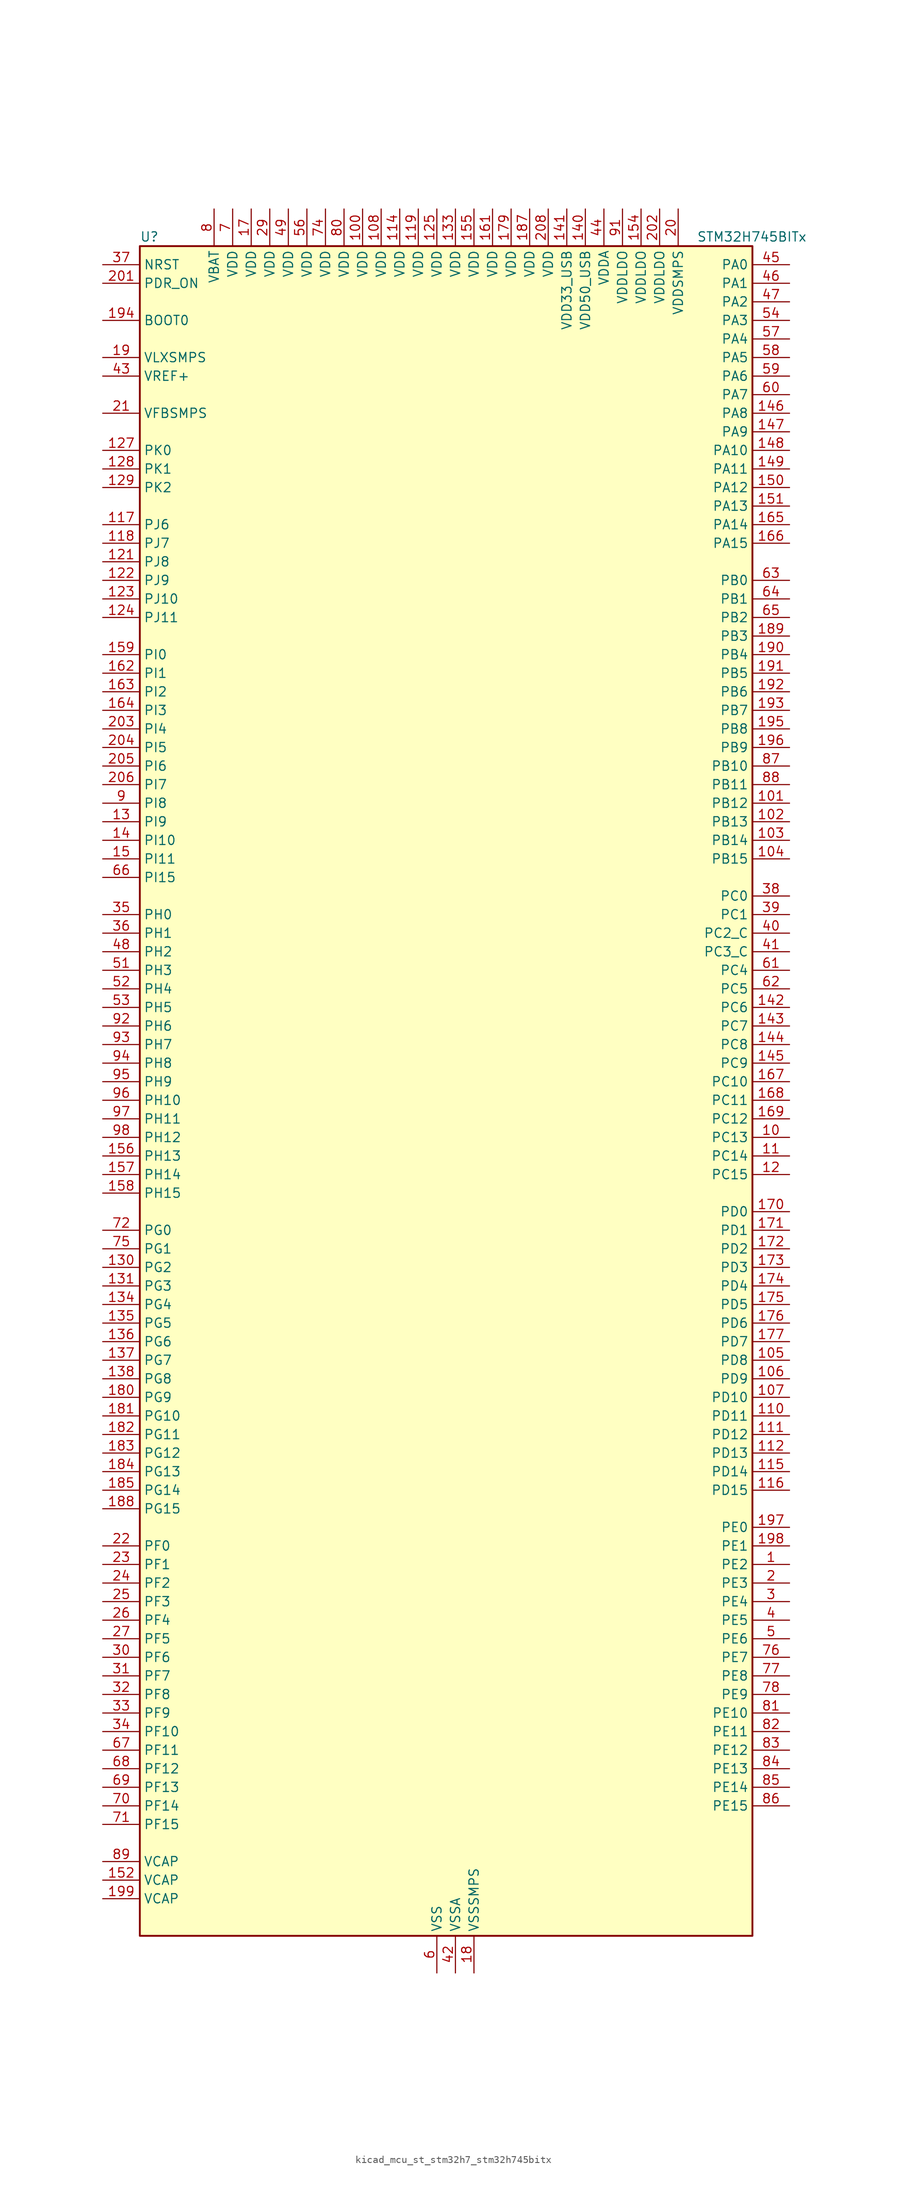
<source format=kicad_sym>
(kicad_symbol_lib
  (version 20220914)
  (generator kicad_symbol_editor)
  (symbol "kicad_mcu_st_stm32h7_stm32h745bitx"
    (property "Reference" "U"
      (at -40.64 118.11 0)
      (effects (font (size 1.27 1.27)) (justify left)))
    (property "Value" "STM32H745BITx"
      (at 35.56 118.11 0)
      (effects (font (size 1.27 1.27)) (justify left)))
    (property "ki_locked" ""
      (at 0 0 0)
      (effects (font (size 1.27 1.27))))
    (symbol "kicad_mcu_st_stm32h7_stm32h745bitx_0_1"
      (rectangle (start -40.64 -114.3) (end 43.18 116.84) (stroke (width 0.254) (type default)) (fill (type background))))
    (symbol "kicad_mcu_st_stm32h7_stm32h745bitx_1_1"
      (pin bidirectional line (at 48.26 -63.5 180) (length 5.08) (name "PE2" (effects (font (size 1.27 1.27)))) (number "1" (effects (font (size 1.27 1.27)))) (alternate "DEBUG_TRACECLK" bidirectional line) (alternate "ETH_TXD3" bidirectional line) (alternate "FMC_A23" bidirectional line) (alternate "QUADSPI_BK1_IO2" bidirectional line) (alternate "SAI1_CK1" bidirectional line) (alternate "SAI1_MCLK_A" bidirectional line) (alternate "SAI4_CK1" bidirectional line) (alternate "SAI4_MCLK_A" bidirectional line) (alternate "SPI4_SCK" bidirectional line))
      (pin bidirectional line (at 48.26 -5.08 180) (length 5.08) (name "PC13" (effects (font (size 1.27 1.27)))) (number "10" (effects (font (size 1.27 1.27)))) (alternate "PWR_WKUP2" bidirectional line) (alternate "RTC_OUT_ALARM" bidirectional line) (alternate "RTC_OUT_CALIB" bidirectional line) (alternate "RTC_TAMP1" bidirectional line) (alternate "RTC_TS" bidirectional line))
      (pin power_in line (at -10.16 121.92 270) (length 5.08) (name "VDD" (effects (font (size 1.27 1.27)))) (number "100" (effects (font (size 1.27 1.27)))))
      (pin bidirectional line (at 48.26 40.64 180) (length 5.08) (name "PB12" (effects (font (size 1.27 1.27)))) (number "101" (effects (font (size 1.27 1.27)))) (alternate "DFSDM1_DATIN1" bidirectional line) (alternate "ETH_TXD0" bidirectional line) (alternate "FDCAN2_RX" bidirectional line) (alternate "I2C2_SMBA" bidirectional line) (alternate "I2S2_WS" bidirectional line) (alternate "SPI2_NSS" bidirectional line) (alternate "TIM1_BKIN" bidirectional line) (alternate "TIM1_BKIN_COMP1" bidirectional line) (alternate "TIM1_BKIN_COMP2" bidirectional line) (alternate "UART5_RX" bidirectional line) (alternate "USART3_CK" bidirectional line) (alternate "USB_OTG_HS_ID" bidirectional line) (alternate "USB_OTG_HS_ULPI_D5" bidirectional line))
      (pin bidirectional line (at 48.26 38.1 180) (length 5.08) (name "PB13" (effects (font (size 1.27 1.27)))) (number "102" (effects (font (size 1.27 1.27)))) (alternate "DFSDM1_CKIN1" bidirectional line) (alternate "ETH_TXD1" bidirectional line) (alternate "FDCAN2_TX" bidirectional line) (alternate "I2S2_CK" bidirectional line) (alternate "LPTIM2_OUT" bidirectional line) (alternate "SPI2_SCK" bidirectional line) (alternate "TIM1_CH1N" bidirectional line) (alternate "UART5_TX" bidirectional line) (alternate "USART3_CTS" bidirectional line) (alternate "USART3_NSS" bidirectional line) (alternate "USB_OTG_HS_ULPI_D6" bidirectional line) (alternate "USB_OTG_HS_VBUS" bidirectional line))
      (pin bidirectional line (at 48.26 35.56 180) (length 5.08) (name "PB14" (effects (font (size 1.27 1.27)))) (number "103" (effects (font (size 1.27 1.27)))) (alternate "DFSDM1_DATIN2" bidirectional line) (alternate "I2S2_SDI" bidirectional line) (alternate "SDMMC2_D0" bidirectional line) (alternate "SPI2_MISO" bidirectional line) (alternate "TIM12_CH1" bidirectional line) (alternate "TIM1_CH2N" bidirectional line) (alternate "TIM8_CH2N" bidirectional line) (alternate "UART4_DE" bidirectional line) (alternate "UART4_RTS" bidirectional line) (alternate "USART1_TX" bidirectional line) (alternate "USART3_DE" bidirectional line) (alternate "USART3_RTS" bidirectional line) (alternate "USB_OTG_HS_DM" bidirectional line))
      (pin bidirectional line (at 48.26 33.02 180) (length 5.08) (name "PB15" (effects (font (size 1.27 1.27)))) (number "104" (effects (font (size 1.27 1.27)))) (alternate "ADC1_EXTI15" bidirectional line) (alternate "ADC2_EXTI15" bidirectional line) (alternate "ADC3_EXTI15" bidirectional line) (alternate "DFSDM1_CKIN2" bidirectional line) (alternate "I2S2_SDO" bidirectional line) (alternate "RTC_REFIN" bidirectional line) (alternate "SDMMC2_D1" bidirectional line) (alternate "SPI2_MOSI" bidirectional line) (alternate "TIM12_CH2" bidirectional line) (alternate "TIM1_CH3N" bidirectional line) (alternate "TIM8_CH3N" bidirectional line) (alternate "UART4_CTS" bidirectional line) (alternate "USART1_RX" bidirectional line) (alternate "USB_OTG_HS_DP" bidirectional line))
      (pin bidirectional line (at 48.26 -35.56 180) (length 5.08) (name "PD8" (effects (font (size 1.27 1.27)))) (number "105" (effects (font (size 1.27 1.27)))) (alternate "DFSDM1_CKIN3" bidirectional line) (alternate "FMC_D13" bidirectional line) (alternate "FMC_DA13" bidirectional line) (alternate "SAI3_SCK_B" bidirectional line) (alternate "SPDIFRX1_IN1" bidirectional line) (alternate "USART3_TX" bidirectional line))
      (pin bidirectional line (at 48.26 -38.1 180) (length 5.08) (name "PD9" (effects (font (size 1.27 1.27)))) (number "106" (effects (font (size 1.27 1.27)))) (alternate "DAC1_EXTI9" bidirectional line) (alternate "DFSDM1_DATIN3" bidirectional line) (alternate "FMC_D14" bidirectional line) (alternate "FMC_DA14" bidirectional line) (alternate "SAI3_SD_B" bidirectional line) (alternate "USART3_RX" bidirectional line))
      (pin bidirectional line (at 48.26 -40.64 180) (length 5.08) (name "PD10" (effects (font (size 1.27 1.27)))) (number "107" (effects (font (size 1.27 1.27)))) (alternate "DFSDM1_CKOUT" bidirectional line) (alternate "FMC_D15" bidirectional line) (alternate "FMC_DA15" bidirectional line) (alternate "LTDC_B3" bidirectional line) (alternate "SAI3_FS_B" bidirectional line) (alternate "USART3_CK" bidirectional line))
      (pin power_in line (at -7.62 121.92 270) (length 5.08) (name "VDD" (effects (font (size 1.27 1.27)))) (number "108" (effects (font (size 1.27 1.27)))))
      (pin passive line (at 0 -119.38 90) (length 5.08) hide (name "VSS" (effects (font (size 1.27 1.27)))) (number "109" (effects (font (size 1.27 1.27)))))
      (pin bidirectional line (at 48.26 -7.62 180) (length 5.08) (name "PC14" (effects (font (size 1.27 1.27)))) (number "11" (effects (font (size 1.27 1.27)))) (alternate "RCC_OSC32_IN" bidirectional line))
      (pin bidirectional line (at 48.26 -43.18 180) (length 5.08) (name "PD11" (effects (font (size 1.27 1.27)))) (number "110" (effects (font (size 1.27 1.27)))) (alternate "ADC1_EXTI11" bidirectional line) (alternate "ADC2_EXTI11" bidirectional line) (alternate "ADC3_EXTI11" bidirectional line) (alternate "FMC_A16" bidirectional line) (alternate "FMC_CLE" bidirectional line) (alternate "I2C4_SMBA" bidirectional line) (alternate "LPTIM2_IN2" bidirectional line) (alternate "QUADSPI_BK1_IO0" bidirectional line) (alternate "SAI2_SD_A" bidirectional line) (alternate "USART3_CTS" bidirectional line) (alternate "USART3_NSS" bidirectional line))
      (pin bidirectional line (at 48.26 -45.72 180) (length 5.08) (name "PD12" (effects (font (size 1.27 1.27)))) (number "111" (effects (font (size 1.27 1.27)))) (alternate "FMC_A17" bidirectional line) (alternate "FMC_ALE" bidirectional line) (alternate "I2C4_SCL" bidirectional line) (alternate "LPTIM1_IN1" bidirectional line) (alternate "LPTIM2_IN1" bidirectional line) (alternate "QUADSPI_BK1_IO1" bidirectional line) (alternate "SAI2_FS_A" bidirectional line) (alternate "TIM4_CH1" bidirectional line) (alternate "USART3_DE" bidirectional line) (alternate "USART3_RTS" bidirectional line))
      (pin bidirectional line (at 48.26 -48.26 180) (length 5.08) (name "PD13" (effects (font (size 1.27 1.27)))) (number "112" (effects (font (size 1.27 1.27)))) (alternate "FMC_A18" bidirectional line) (alternate "I2C4_SDA" bidirectional line) (alternate "LPTIM1_OUT" bidirectional line) (alternate "QUADSPI_BK1_IO3" bidirectional line) (alternate "SAI2_SCK_A" bidirectional line) (alternate "TIM4_CH2" bidirectional line))
      (pin passive line (at 0 -119.38 90) (length 5.08) hide (name "VSS" (effects (font (size 1.27 1.27)))) (number "113" (effects (font (size 1.27 1.27)))))
      (pin power_in line (at -5.08 121.92 270) (length 5.08) (name "VDD" (effects (font (size 1.27 1.27)))) (number "114" (effects (font (size 1.27 1.27)))))
      (pin bidirectional line (at 48.26 -50.8 180) (length 5.08) (name "PD14" (effects (font (size 1.27 1.27)))) (number "115" (effects (font (size 1.27 1.27)))) (alternate "FMC_D0" bidirectional line) (alternate "FMC_DA0" bidirectional line) (alternate "SAI3_MCLK_B" bidirectional line) (alternate "TIM4_CH3" bidirectional line) (alternate "UART8_CTS" bidirectional line))
      (pin bidirectional line (at 48.26 -53.34 180) (length 5.08) (name "PD15" (effects (font (size 1.27 1.27)))) (number "116" (effects (font (size 1.27 1.27)))) (alternate "ADC1_EXTI15" bidirectional line) (alternate "ADC2_EXTI15" bidirectional line) (alternate "ADC3_EXTI15" bidirectional line) (alternate "FMC_D1" bidirectional line) (alternate "FMC_DA1" bidirectional line) (alternate "SAI3_MCLK_A" bidirectional line) (alternate "TIM4_CH4" bidirectional line) (alternate "UART8_DE" bidirectional line) (alternate "UART8_RTS" bidirectional line))
      (pin bidirectional line (at -45.72 78.74 0) (length 5.08) (name "PJ6" (effects (font (size 1.27 1.27)))) (number "117" (effects (font (size 1.27 1.27)))) (alternate "LTDC_R7" bidirectional line) (alternate "TIM8_CH2" bidirectional line))
      (pin bidirectional line (at -45.72 76.2 0) (length 5.08) (name "PJ7" (effects (font (size 1.27 1.27)))) (number "118" (effects (font (size 1.27 1.27)))) (alternate "DEBUG_TRGIN" bidirectional line) (alternate "LTDC_G0" bidirectional line) (alternate "TIM8_CH2N" bidirectional line))
      (pin power_in line (at -2.54 121.92 270) (length 5.08) (name "VDD" (effects (font (size 1.27 1.27)))) (number "119" (effects (font (size 1.27 1.27)))))
      (pin bidirectional line (at 48.26 -10.16 180) (length 5.08) (name "PC15" (effects (font (size 1.27 1.27)))) (number "12" (effects (font (size 1.27 1.27)))) (alternate "ADC1_EXTI15" bidirectional line) (alternate "ADC2_EXTI15" bidirectional line) (alternate "ADC3_EXTI15" bidirectional line) (alternate "RCC_OSC32_OUT" bidirectional line))
      (pin passive line (at 0 -119.38 90) (length 5.08) hide (name "VSS" (effects (font (size 1.27 1.27)))) (number "120" (effects (font (size 1.27 1.27)))))
      (pin bidirectional line (at -45.72 73.66 0) (length 5.08) (name "PJ8" (effects (font (size 1.27 1.27)))) (number "121" (effects (font (size 1.27 1.27)))) (alternate "LTDC_G1" bidirectional line) (alternate "TIM1_CH3N" bidirectional line) (alternate "TIM8_CH1" bidirectional line) (alternate "UART8_TX" bidirectional line))
      (pin bidirectional line (at -45.72 71.12 0) (length 5.08) (name "PJ9" (effects (font (size 1.27 1.27)))) (number "122" (effects (font (size 1.27 1.27)))) (alternate "DAC1_EXTI9" bidirectional line) (alternate "LTDC_G2" bidirectional line) (alternate "TIM1_CH3" bidirectional line) (alternate "TIM8_CH1N" bidirectional line) (alternate "UART8_RX" bidirectional line))
      (pin bidirectional line (at -45.72 68.58 0) (length 5.08) (name "PJ10" (effects (font (size 1.27 1.27)))) (number "123" (effects (font (size 1.27 1.27)))) (alternate "LTDC_G3" bidirectional line) (alternate "SPI5_MOSI" bidirectional line) (alternate "TIM1_CH2N" bidirectional line) (alternate "TIM8_CH2" bidirectional line))
      (pin bidirectional line (at -45.72 66.04 0) (length 5.08) (name "PJ11" (effects (font (size 1.27 1.27)))) (number "124" (effects (font (size 1.27 1.27)))) (alternate "ADC1_EXTI11" bidirectional line) (alternate "ADC2_EXTI11" bidirectional line) (alternate "ADC3_EXTI11" bidirectional line) (alternate "LTDC_G4" bidirectional line) (alternate "SPI5_MISO" bidirectional line) (alternate "TIM1_CH2" bidirectional line) (alternate "TIM8_CH2N" bidirectional line))
      (pin power_in line (at 0 121.92 270) (length 5.08) (name "VDD" (effects (font (size 1.27 1.27)))) (number "125" (effects (font (size 1.27 1.27)))))
      (pin passive line (at 0 -119.38 90) (length 5.08) hide (name "VSS" (effects (font (size 1.27 1.27)))) (number "126" (effects (font (size 1.27 1.27)))))
      (pin bidirectional line (at -45.72 88.9 0) (length 5.08) (name "PK0" (effects (font (size 1.27 1.27)))) (number "127" (effects (font (size 1.27 1.27)))) (alternate "LTDC_G5" bidirectional line) (alternate "SPI5_SCK" bidirectional line) (alternate "TIM1_CH1N" bidirectional line) (alternate "TIM8_CH3" bidirectional line))
      (pin bidirectional line (at -45.72 86.36 0) (length 5.08) (name "PK1" (effects (font (size 1.27 1.27)))) (number "128" (effects (font (size 1.27 1.27)))) (alternate "LTDC_G6" bidirectional line) (alternate "SPI5_NSS" bidirectional line) (alternate "TIM1_CH1" bidirectional line) (alternate "TIM8_CH3N" bidirectional line))
      (pin bidirectional line (at -45.72 83.82 0) (length 5.08) (name "PK2" (effects (font (size 1.27 1.27)))) (number "129" (effects (font (size 1.27 1.27)))) (alternate "LTDC_G7" bidirectional line) (alternate "TIM1_BKIN" bidirectional line) (alternate "TIM1_BKIN_COMP1" bidirectional line) (alternate "TIM1_BKIN_COMP2" bidirectional line) (alternate "TIM8_BKIN" bidirectional line) (alternate "TIM8_BKIN_COMP1" bidirectional line) (alternate "TIM8_BKIN_COMP2" bidirectional line))
      (pin bidirectional line (at -45.72 38.1 0) (length 5.08) (name "PI9" (effects (font (size 1.27 1.27)))) (number "13" (effects (font (size 1.27 1.27)))) (alternate "DAC1_EXTI9" bidirectional line) (alternate "FDCAN1_RX" bidirectional line) (alternate "FMC_D30" bidirectional line) (alternate "LTDC_VSYNC" bidirectional line) (alternate "UART4_RX" bidirectional line))
      (pin bidirectional line (at -45.72 -22.86 0) (length 5.08) (name "PG2" (effects (font (size 1.27 1.27)))) (number "130" (effects (font (size 1.27 1.27)))) (alternate "FMC_A12" bidirectional line) (alternate "TIM8_BKIN" bidirectional line) (alternate "TIM8_BKIN_COMP1" bidirectional line) (alternate "TIM8_BKIN_COMP2" bidirectional line))
      (pin bidirectional line (at -45.72 -25.4 0) (length 5.08) (name "PG3" (effects (font (size 1.27 1.27)))) (number "131" (effects (font (size 1.27 1.27)))) (alternate "FMC_A13" bidirectional line) (alternate "TIM8_BKIN2" bidirectional line) (alternate "TIM8_BKIN2_COMP1" bidirectional line) (alternate "TIM8_BKIN2_COMP2" bidirectional line))
      (pin passive line (at 0 -119.38 90) (length 5.08) hide (name "VSS" (effects (font (size 1.27 1.27)))) (number "132" (effects (font (size 1.27 1.27)))))
      (pin power_in line (at 2.54 121.92 270) (length 5.08) (name "VDD" (effects (font (size 1.27 1.27)))) (number "133" (effects (font (size 1.27 1.27)))))
      (pin bidirectional line (at -45.72 -27.94 0) (length 5.08) (name "PG4" (effects (font (size 1.27 1.27)))) (number "134" (effects (font (size 1.27 1.27)))) (alternate "FMC_A14" bidirectional line) (alternate "FMC_BA0" bidirectional line) (alternate "TIM1_BKIN2" bidirectional line) (alternate "TIM1_BKIN2_COMP1" bidirectional line) (alternate "TIM1_BKIN2_COMP2" bidirectional line))
      (pin bidirectional line (at -45.72 -30.48 0) (length 5.08) (name "PG5" (effects (font (size 1.27 1.27)))) (number "135" (effects (font (size 1.27 1.27)))) (alternate "FMC_A15" bidirectional line) (alternate "FMC_BA1" bidirectional line) (alternate "TIM1_ETR" bidirectional line))
      (pin bidirectional line (at -45.72 -33.02 0) (length 5.08) (name "PG6" (effects (font (size 1.27 1.27)))) (number "136" (effects (font (size 1.27 1.27)))) (alternate "DCMI_D12" bidirectional line) (alternate "FMC_NE3" bidirectional line) (alternate "HRTIM_CHE1" bidirectional line) (alternate "LTDC_R7" bidirectional line) (alternate "QUADSPI_BK1_NCS" bidirectional line) (alternate "TIM17_BKIN" bidirectional line))
      (pin bidirectional line (at -45.72 -35.56 0) (length 5.08) (name "PG7" (effects (font (size 1.27 1.27)))) (number "137" (effects (font (size 1.27 1.27)))) (alternate "DCMI_D13" bidirectional line) (alternate "FMC_INT" bidirectional line) (alternate "HRTIM_CHE2" bidirectional line) (alternate "LTDC_CLK" bidirectional line) (alternate "SAI1_MCLK_A" bidirectional line) (alternate "USART6_CK" bidirectional line))
      (pin bidirectional line (at -45.72 -38.1 0) (length 5.08) (name "PG8" (effects (font (size 1.27 1.27)))) (number "138" (effects (font (size 1.27 1.27)))) (alternate "ETH_PPS_OUT" bidirectional line) (alternate "FMC_SDCLK" bidirectional line) (alternate "LTDC_G7" bidirectional line) (alternate "SPDIFRX1_IN2" bidirectional line) (alternate "SPI6_NSS" bidirectional line) (alternate "TIM8_ETR" bidirectional line) (alternate "USART6_DE" bidirectional line) (alternate "USART6_RTS" bidirectional line))
      (pin passive line (at 0 -119.38 90) (length 5.08) hide (name "VSS" (effects (font (size 1.27 1.27)))) (number "139" (effects (font (size 1.27 1.27)))))
      (pin bidirectional line (at -45.72 35.56 0) (length 5.08) (name "PI10" (effects (font (size 1.27 1.27)))) (number "14" (effects (font (size 1.27 1.27)))) (alternate "ETH_RX_ER" bidirectional line) (alternate "FMC_D31" bidirectional line) (alternate "LTDC_HSYNC" bidirectional line))
      (pin power_in line (at 20.32 121.92 270) (length 5.08) (name "VDD50_USB" (effects (font (size 1.27 1.27)))) (number "140" (effects (font (size 1.27 1.27)))))
      (pin power_in line (at 17.78 121.92 270) (length 5.08) (name "VDD33_USB" (effects (font (size 1.27 1.27)))) (number "141" (effects (font (size 1.27 1.27)))))
      (pin bidirectional line (at 48.26 12.7 180) (length 5.08) (name "PC6" (effects (font (size 1.27 1.27)))) (number "142" (effects (font (size 1.27 1.27)))) (alternate "DCMI_D0" bidirectional line) (alternate "DFSDM1_CKIN3" bidirectional line) (alternate "FMC_NWAIT" bidirectional line) (alternate "HRTIM_CHA1" bidirectional line) (alternate "I2S2_MCK" bidirectional line) (alternate "LTDC_HSYNC" bidirectional line) (alternate "SDMMC1_D0DIR" bidirectional line) (alternate "SDMMC1_D6" bidirectional line) (alternate "SDMMC2_D6" bidirectional line) (alternate "SWPMI1_IO" bidirectional line) (alternate "TIM3_CH1" bidirectional line) (alternate "TIM8_CH1" bidirectional line) (alternate "USART6_TX" bidirectional line))
      (pin bidirectional line (at 48.26 10.16 180) (length 5.08) (name "PC7" (effects (font (size 1.27 1.27)))) (number "143" (effects (font (size 1.27 1.27)))) (alternate "DCMI_D1" bidirectional line) (alternate "DEBUG_TRGIO" bidirectional line) (alternate "DFSDM1_DATIN3" bidirectional line) (alternate "FMC_NE1" bidirectional line) (alternate "HRTIM_CHA2" bidirectional line) (alternate "I2S3_MCK" bidirectional line) (alternate "LTDC_G6" bidirectional line) (alternate "SDMMC1_D123DIR" bidirectional line) (alternate "SDMMC1_D7" bidirectional line) (alternate "SDMMC2_D7" bidirectional line) (alternate "SWPMI1_TX" bidirectional line) (alternate "TIM3_CH2" bidirectional line) (alternate "TIM8_CH2" bidirectional line) (alternate "USART6_RX" bidirectional line))
      (pin bidirectional line (at 48.26 7.62 180) (length 5.08) (name "PC8" (effects (font (size 1.27 1.27)))) (number "144" (effects (font (size 1.27 1.27)))) (alternate "DCMI_D2" bidirectional line) (alternate "DEBUG_TRACED1" bidirectional line) (alternate "FMC_NCE" bidirectional line) (alternate "FMC_NE2" bidirectional line) (alternate "HRTIM_CHB1" bidirectional line) (alternate "SDMMC1_D0" bidirectional line) (alternate "SWPMI1_RX" bidirectional line) (alternate "TIM3_CH3" bidirectional line) (alternate "TIM8_CH3" bidirectional line) (alternate "UART5_DE" bidirectional line) (alternate "UART5_RTS" bidirectional line) (alternate "USART6_CK" bidirectional line))
      (pin bidirectional line (at 48.26 5.08 180) (length 5.08) (name "PC9" (effects (font (size 1.27 1.27)))) (number "145" (effects (font (size 1.27 1.27)))) (alternate "DAC1_EXTI9" bidirectional line) (alternate "DCMI_D3" bidirectional line) (alternate "I2C3_SDA" bidirectional line) (alternate "I2S_CKIN" bidirectional line) (alternate "LTDC_B2" bidirectional line) (alternate "LTDC_G3" bidirectional line) (alternate "QUADSPI_BK1_IO0" bidirectional line) (alternate "RCC_MCO_2" bidirectional line) (alternate "SDMMC1_D1" bidirectional line) (alternate "SWPMI1_SUSPEND" bidirectional line) (alternate "TIM3_CH4" bidirectional line) (alternate "TIM8_CH4" bidirectional line) (alternate "UART5_CTS" bidirectional line))
      (pin bidirectional line (at 48.26 93.98 180) (length 5.08) (name "PA8" (effects (font (size 1.27 1.27)))) (number "146" (effects (font (size 1.27 1.27)))) (alternate "HRTIM_CHB2" bidirectional line) (alternate "I2C3_SCL" bidirectional line) (alternate "LTDC_B3" bidirectional line) (alternate "LTDC_R6" bidirectional line) (alternate "RCC_MCO_1" bidirectional line) (alternate "TIM1_CH1" bidirectional line) (alternate "TIM8_BKIN2" bidirectional line) (alternate "TIM8_BKIN2_COMP1" bidirectional line) (alternate "TIM8_BKIN2_COMP2" bidirectional line) (alternate "UART7_RX" bidirectional line) (alternate "USART1_CK" bidirectional line) (alternate "USB_OTG_FS_SOF" bidirectional line))
      (pin bidirectional line (at 48.26 91.44 180) (length 5.08) (name "PA9" (effects (font (size 1.27 1.27)))) (number "147" (effects (font (size 1.27 1.27)))) (alternate "DAC1_EXTI9" bidirectional line) (alternate "DCMI_D0" bidirectional line) (alternate "HRTIM_CHC1" bidirectional line) (alternate "I2C3_SMBA" bidirectional line) (alternate "I2S2_CK" bidirectional line) (alternate "LPUART1_TX" bidirectional line) (alternate "LTDC_R5" bidirectional line) (alternate "SPI2_SCK" bidirectional line) (alternate "TIM1_CH2" bidirectional line) (alternate "USART1_TX" bidirectional line) (alternate "USB_OTG_FS_VBUS" bidirectional line))
      (pin bidirectional line (at 48.26 88.9 180) (length 5.08) (name "PA10" (effects (font (size 1.27 1.27)))) (number "148" (effects (font (size 1.27 1.27)))) (alternate "DCMI_D1" bidirectional line) (alternate "HRTIM_CHC2" bidirectional line) (alternate "LPUART1_RX" bidirectional line) (alternate "LTDC_B1" bidirectional line) (alternate "LTDC_B4" bidirectional line) (alternate "MDIOS_MDIO" bidirectional line) (alternate "TIM1_CH3" bidirectional line) (alternate "USART1_RX" bidirectional line) (alternate "USB_OTG_FS_ID" bidirectional line))
      (pin bidirectional line (at 48.26 86.36 180) (length 5.08) (name "PA11" (effects (font (size 1.27 1.27)))) (number "149" (effects (font (size 1.27 1.27)))) (alternate "ADC1_EXTI11" bidirectional line) (alternate "ADC2_EXTI11" bidirectional line) (alternate "ADC3_EXTI11" bidirectional line) (alternate "FDCAN1_RX" bidirectional line) (alternate "HRTIM_CHD1" bidirectional line) (alternate "I2S2_WS" bidirectional line) (alternate "LPUART1_CTS" bidirectional line) (alternate "LTDC_R4" bidirectional line) (alternate "SPI2_NSS" bidirectional line) (alternate "TIM1_CH4" bidirectional line) (alternate "UART4_RX" bidirectional line) (alternate "USART1_CTS" bidirectional line) (alternate "USART1_NSS" bidirectional line) (alternate "USB_OTG_FS_DM" bidirectional line))
      (pin bidirectional line (at -45.72 33.02 0) (length 5.08) (name "PI11" (effects (font (size 1.27 1.27)))) (number "15" (effects (font (size 1.27 1.27)))) (alternate "ADC1_EXTI11" bidirectional line) (alternate "ADC2_EXTI11" bidirectional line) (alternate "ADC3_EXTI11" bidirectional line) (alternate "LTDC_G6" bidirectional line) (alternate "PWR_WKUP4" bidirectional line) (alternate "USB_OTG_HS_ULPI_DIR" bidirectional line))
      (pin bidirectional line (at 48.26 83.82 180) (length 5.08) (name "PA12" (effects (font (size 1.27 1.27)))) (number "150" (effects (font (size 1.27 1.27)))) (alternate "FDCAN1_TX" bidirectional line) (alternate "HRTIM_CHD2" bidirectional line) (alternate "I2S2_CK" bidirectional line) (alternate "LPUART1_DE" bidirectional line) (alternate "LPUART1_RTS" bidirectional line) (alternate "LTDC_R5" bidirectional line) (alternate "SAI2_FS_B" bidirectional line) (alternate "SPI2_SCK" bidirectional line) (alternate "TIM1_ETR" bidirectional line) (alternate "UART4_TX" bidirectional line) (alternate "USART1_DE" bidirectional line) (alternate "USART1_RTS" bidirectional line) (alternate "USB_OTG_FS_DP" bidirectional line))
      (pin bidirectional line (at 48.26 81.28 180) (length 5.08) (name "PA13" (effects (font (size 1.27 1.27)))) (number "151" (effects (font (size 1.27 1.27)))) (alternate "DEBUG_JTMS-SWDIO" bidirectional line))
      (pin power_out line (at -45.72 -106.68 0) (length 5.08) (name "VCAP" (effects (font (size 1.27 1.27)))) (number "152" (effects (font (size 1.27 1.27)))))
      (pin passive line (at 0 -119.38 90) (length 5.08) hide (name "VSS" (effects (font (size 1.27 1.27)))) (number "153" (effects (font (size 1.27 1.27)))))
      (pin power_in line (at 27.94 121.92 270) (length 5.08) (name "VDDLDO" (effects (font (size 1.27 1.27)))) (number "154" (effects (font (size 1.27 1.27)))))
      (pin power_in line (at 5.08 121.92 270) (length 5.08) (name "VDD" (effects (font (size 1.27 1.27)))) (number "155" (effects (font (size 1.27 1.27)))))
      (pin bidirectional line (at -45.72 -7.62 0) (length 5.08) (name "PH13" (effects (font (size 1.27 1.27)))) (number "156" (effects (font (size 1.27 1.27)))) (alternate "FDCAN1_TX" bidirectional line) (alternate "FMC_D21" bidirectional line) (alternate "LTDC_G2" bidirectional line) (alternate "TIM8_CH1N" bidirectional line) (alternate "UART4_TX" bidirectional line))
      (pin bidirectional line (at -45.72 -10.16 0) (length 5.08) (name "PH14" (effects (font (size 1.27 1.27)))) (number "157" (effects (font (size 1.27 1.27)))) (alternate "DCMI_D4" bidirectional line) (alternate "FDCAN1_RX" bidirectional line) (alternate "FMC_D22" bidirectional line) (alternate "LTDC_G3" bidirectional line) (alternate "TIM8_CH2N" bidirectional line) (alternate "UART4_RX" bidirectional line))
      (pin bidirectional line (at -45.72 -12.7 0) (length 5.08) (name "PH15" (effects (font (size 1.27 1.27)))) (number "158" (effects (font (size 1.27 1.27)))) (alternate "ADC1_EXTI15" bidirectional line) (alternate "ADC2_EXTI15" bidirectional line) (alternate "ADC3_EXTI15" bidirectional line) (alternate "DCMI_D11" bidirectional line) (alternate "FMC_D23" bidirectional line) (alternate "LTDC_G4" bidirectional line) (alternate "TIM8_CH3N" bidirectional line))
      (pin bidirectional line (at -45.72 60.96 0) (length 5.08) (name "PI0" (effects (font (size 1.27 1.27)))) (number "159" (effects (font (size 1.27 1.27)))) (alternate "DCMI_D13" bidirectional line) (alternate "FMC_D24" bidirectional line) (alternate "I2S2_WS" bidirectional line) (alternate "LTDC_G5" bidirectional line) (alternate "SPI2_NSS" bidirectional line) (alternate "TIM5_CH4" bidirectional line))
      (pin passive line (at 0 -119.38 90) (length 5.08) hide (name "VSS" (effects (font (size 1.27 1.27)))) (number "16" (effects (font (size 1.27 1.27)))))
      (pin passive line (at 0 -119.38 90) (length 5.08) hide (name "VSS" (effects (font (size 1.27 1.27)))) (number "160" (effects (font (size 1.27 1.27)))))
      (pin power_in line (at 7.62 121.92 270) (length 5.08) (name "VDD" (effects (font (size 1.27 1.27)))) (number "161" (effects (font (size 1.27 1.27)))))
      (pin bidirectional line (at -45.72 58.42 0) (length 5.08) (name "PI1" (effects (font (size 1.27 1.27)))) (number "162" (effects (font (size 1.27 1.27)))) (alternate "DCMI_D8" bidirectional line) (alternate "FMC_D25" bidirectional line) (alternate "I2S2_CK" bidirectional line) (alternate "LTDC_G6" bidirectional line) (alternate "SPI2_SCK" bidirectional line) (alternate "TIM8_BKIN2" bidirectional line) (alternate "TIM8_BKIN2_COMP1" bidirectional line) (alternate "TIM8_BKIN2_COMP2" bidirectional line))
      (pin bidirectional line (at -45.72 55.88 0) (length 5.08) (name "PI2" (effects (font (size 1.27 1.27)))) (number "163" (effects (font (size 1.27 1.27)))) (alternate "DCMI_D9" bidirectional line) (alternate "FMC_D26" bidirectional line) (alternate "I2S2_SDI" bidirectional line) (alternate "LTDC_G7" bidirectional line) (alternate "SPI2_MISO" bidirectional line) (alternate "TIM8_CH4" bidirectional line))
      (pin bidirectional line (at -45.72 53.34 0) (length 5.08) (name "PI3" (effects (font (size 1.27 1.27)))) (number "164" (effects (font (size 1.27 1.27)))) (alternate "DCMI_D10" bidirectional line) (alternate "FMC_D27" bidirectional line) (alternate "I2S2_SDO" bidirectional line) (alternate "SPI2_MOSI" bidirectional line) (alternate "TIM8_ETR" bidirectional line))
      (pin bidirectional line (at 48.26 78.74 180) (length 5.08) (name "PA14" (effects (font (size 1.27 1.27)))) (number "165" (effects (font (size 1.27 1.27)))) (alternate "DEBUG_JTCK-SWCLK" bidirectional line))
      (pin bidirectional line (at 48.26 76.2 180) (length 5.08) (name "PA15" (effects (font (size 1.27 1.27)))) (number "166" (effects (font (size 1.27 1.27)))) (alternate "ADC1_EXTI15" bidirectional line) (alternate "ADC2_EXTI15" bidirectional line) (alternate "ADC3_EXTI15" bidirectional line) (alternate "CEC" bidirectional line) (alternate "DEBUG_JTDI" bidirectional line) (alternate "HRTIM_FLT1" bidirectional line) (alternate "I2S1_WS" bidirectional line) (alternate "I2S3_WS" bidirectional line) (alternate "SPI1_NSS" bidirectional line) (alternate "SPI3_NSS" bidirectional line) (alternate "SPI6_NSS" bidirectional line) (alternate "TIM2_CH1" bidirectional line) (alternate "TIM2_ETR" bidirectional line) (alternate "UART4_DE" bidirectional line) (alternate "UART4_RTS" bidirectional line) (alternate "UART7_TX" bidirectional line))
      (pin bidirectional line (at 48.26 2.54 180) (length 5.08) (name "PC10" (effects (font (size 1.27 1.27)))) (number "167" (effects (font (size 1.27 1.27)))) (alternate "DCMI_D8" bidirectional line) (alternate "DFSDM1_CKIN5" bidirectional line) (alternate "HRTIM_EEV1" bidirectional line) (alternate "I2S3_CK" bidirectional line) (alternate "LTDC_R2" bidirectional line) (alternate "QUADSPI_BK1_IO1" bidirectional line) (alternate "SDMMC1_D2" bidirectional line) (alternate "SPI3_SCK" bidirectional line) (alternate "UART4_TX" bidirectional line) (alternate "USART3_TX" bidirectional line))
      (pin bidirectional line (at 48.26 0 180) (length 5.08) (name "PC11" (effects (font (size 1.27 1.27)))) (number "168" (effects (font (size 1.27 1.27)))) (alternate "ADC1_EXTI11" bidirectional line) (alternate "ADC2_EXTI11" bidirectional line) (alternate "ADC3_EXTI11" bidirectional line) (alternate "DCMI_D4" bidirectional line) (alternate "DFSDM1_DATIN5" bidirectional line) (alternate "HRTIM_FLT2" bidirectional line) (alternate "I2S3_SDI" bidirectional line) (alternate "QUADSPI_BK2_NCS" bidirectional line) (alternate "SDMMC1_D3" bidirectional line) (alternate "SPI3_MISO" bidirectional line) (alternate "UART4_RX" bidirectional line) (alternate "USART3_RX" bidirectional line))
      (pin bidirectional line (at 48.26 -2.54 180) (length 5.08) (name "PC12" (effects (font (size 1.27 1.27)))) (number "169" (effects (font (size 1.27 1.27)))) (alternate "DCMI_D9" bidirectional line) (alternate "DEBUG_TRACED3" bidirectional line) (alternate "HRTIM_EEV2" bidirectional line) (alternate "I2S3_SDO" bidirectional line) (alternate "SDMMC1_CK" bidirectional line) (alternate "SPI3_MOSI" bidirectional line) (alternate "UART5_TX" bidirectional line) (alternate "USART3_CK" bidirectional line))
      (pin power_in line (at -25.4 121.92 270) (length 5.08) (name "VDD" (effects (font (size 1.27 1.27)))) (number "17" (effects (font (size 1.27 1.27)))))
      (pin bidirectional line (at 48.26 -15.24 180) (length 5.08) (name "PD0" (effects (font (size 1.27 1.27)))) (number "170" (effects (font (size 1.27 1.27)))) (alternate "DFSDM1_CKIN6" bidirectional line) (alternate "FDCAN1_RX" bidirectional line) (alternate "FMC_D2" bidirectional line) (alternate "FMC_DA2" bidirectional line) (alternate "SAI3_SCK_A" bidirectional line) (alternate "UART4_RX" bidirectional line))
      (pin bidirectional line (at 48.26 -17.78 180) (length 5.08) (name "PD1" (effects (font (size 1.27 1.27)))) (number "171" (effects (font (size 1.27 1.27)))) (alternate "DFSDM1_DATIN6" bidirectional line) (alternate "FDCAN1_TX" bidirectional line) (alternate "FMC_D3" bidirectional line) (alternate "FMC_DA3" bidirectional line) (alternate "SAI3_SD_A" bidirectional line) (alternate "UART4_TX" bidirectional line))
      (pin bidirectional line (at 48.26 -20.32 180) (length 5.08) (name "PD2" (effects (font (size 1.27 1.27)))) (number "172" (effects (font (size 1.27 1.27)))) (alternate "DCMI_D11" bidirectional line) (alternate "DEBUG_TRACED2" bidirectional line) (alternate "SDMMC1_CMD" bidirectional line) (alternate "TIM3_ETR" bidirectional line) (alternate "UART5_RX" bidirectional line))
      (pin bidirectional line (at 48.26 -22.86 180) (length 5.08) (name "PD3" (effects (font (size 1.27 1.27)))) (number "173" (effects (font (size 1.27 1.27)))) (alternate "DCMI_D5" bidirectional line) (alternate "DFSDM1_CKOUT" bidirectional line) (alternate "FMC_CLK" bidirectional line) (alternate "I2S2_CK" bidirectional line) (alternate "LTDC_G7" bidirectional line) (alternate "SPI2_SCK" bidirectional line) (alternate "USART2_CTS" bidirectional line) (alternate "USART2_NSS" bidirectional line))
      (pin bidirectional line (at 48.26 -25.4 180) (length 5.08) (name "PD4" (effects (font (size 1.27 1.27)))) (number "174" (effects (font (size 1.27 1.27)))) (alternate "FMC_NOE" bidirectional line) (alternate "HRTIM_FLT3" bidirectional line) (alternate "SAI3_FS_A" bidirectional line) (alternate "USART2_DE" bidirectional line) (alternate "USART2_RTS" bidirectional line))
      (pin bidirectional line (at 48.26 -27.94 180) (length 5.08) (name "PD5" (effects (font (size 1.27 1.27)))) (number "175" (effects (font (size 1.27 1.27)))) (alternate "FMC_NWE" bidirectional line) (alternate "HRTIM_EEV3" bidirectional line) (alternate "USART2_TX" bidirectional line))
      (pin bidirectional line (at 48.26 -30.48 180) (length 5.08) (name "PD6" (effects (font (size 1.27 1.27)))) (number "176" (effects (font (size 1.27 1.27)))) (alternate "DCMI_D10" bidirectional line) (alternate "DFSDM1_CKIN4" bidirectional line) (alternate "DFSDM1_DATIN1" bidirectional line) (alternate "FMC_NWAIT" bidirectional line) (alternate "I2S3_SDO" bidirectional line) (alternate "LTDC_B2" bidirectional line) (alternate "SAI1_D1" bidirectional line) (alternate "SAI1_SD_A" bidirectional line) (alternate "SAI4_D1" bidirectional line) (alternate "SAI4_SD_A" bidirectional line) (alternate "SDMMC2_CK" bidirectional line) (alternate "SPI3_MOSI" bidirectional line) (alternate "USART2_RX" bidirectional line))
      (pin bidirectional line (at 48.26 -33.02 180) (length 5.08) (name "PD7" (effects (font (size 1.27 1.27)))) (number "177" (effects (font (size 1.27 1.27)))) (alternate "DFSDM1_CKIN1" bidirectional line) (alternate "DFSDM1_DATIN4" bidirectional line) (alternate "FMC_NE1" bidirectional line) (alternate "I2S1_SDO" bidirectional line) (alternate "SDMMC2_CMD" bidirectional line) (alternate "SPDIFRX1_IN0" bidirectional line) (alternate "SPI1_MOSI" bidirectional line) (alternate "USART2_CK" bidirectional line))
      (pin passive line (at 0 -119.38 90) (length 5.08) hide (name "VSS" (effects (font (size 1.27 1.27)))) (number "178" (effects (font (size 1.27 1.27)))))
      (pin power_in line (at 10.16 121.92 270) (length 5.08) (name "VDD" (effects (font (size 1.27 1.27)))) (number "179" (effects (font (size 1.27 1.27)))))
      (pin power_in line (at 5.08 -119.38 90) (length 5.08) (name "VSSSMPS" (effects (font (size 1.27 1.27)))) (number "18" (effects (font (size 1.27 1.27)))))
      (pin bidirectional line (at -45.72 -40.64 0) (length 5.08) (name "PG9" (effects (font (size 1.27 1.27)))) (number "180" (effects (font (size 1.27 1.27)))) (alternate "DAC1_EXTI9" bidirectional line) (alternate "DCMI_VSYNC" bidirectional line) (alternate "FMC_NCE" bidirectional line) (alternate "FMC_NE2" bidirectional line) (alternate "I2S1_SDI" bidirectional line) (alternate "QUADSPI_BK2_IO2" bidirectional line) (alternate "SAI2_FS_B" bidirectional line) (alternate "SPDIFRX1_IN3" bidirectional line) (alternate "SPI1_MISO" bidirectional line) (alternate "USART6_RX" bidirectional line))
      (pin bidirectional line (at -45.72 -43.18 0) (length 5.08) (name "PG10" (effects (font (size 1.27 1.27)))) (number "181" (effects (font (size 1.27 1.27)))) (alternate "DCMI_D2" bidirectional line) (alternate "FMC_NE3" bidirectional line) (alternate "HRTIM_FLT5" bidirectional line) (alternate "I2S1_WS" bidirectional line) (alternate "LTDC_B2" bidirectional line) (alternate "LTDC_G3" bidirectional line) (alternate "SAI2_SD_B" bidirectional line) (alternate "SPI1_NSS" bidirectional line))
      (pin bidirectional line (at -45.72 -45.72 0) (length 5.08) (name "PG11" (effects (font (size 1.27 1.27)))) (number "182" (effects (font (size 1.27 1.27)))) (alternate "ADC1_EXTI11" bidirectional line) (alternate "ADC2_EXTI11" bidirectional line) (alternate "ADC3_EXTI11" bidirectional line) (alternate "DCMI_D3" bidirectional line) (alternate "ETH_TX_EN" bidirectional line) (alternate "HRTIM_EEV4" bidirectional line) (alternate "I2S1_CK" bidirectional line) (alternate "LPTIM1_IN2" bidirectional line) (alternate "LTDC_B3" bidirectional line) (alternate "SDMMC2_D2" bidirectional line) (alternate "SPDIFRX1_IN0" bidirectional line) (alternate "SPI1_SCK" bidirectional line))
      (pin bidirectional line (at -45.72 -48.26 0) (length 5.08) (name "PG12" (effects (font (size 1.27 1.27)))) (number "183" (effects (font (size 1.27 1.27)))) (alternate "ETH_TXD1" bidirectional line) (alternate "FMC_NE4" bidirectional line) (alternate "HRTIM_EEV5" bidirectional line) (alternate "LPTIM1_IN1" bidirectional line) (alternate "LTDC_B1" bidirectional line) (alternate "LTDC_B4" bidirectional line) (alternate "SPDIFRX1_IN1" bidirectional line) (alternate "SPI6_MISO" bidirectional line) (alternate "USART6_DE" bidirectional line) (alternate "USART6_RTS" bidirectional line))
      (pin bidirectional line (at -45.72 -50.8 0) (length 5.08) (name "PG13" (effects (font (size 1.27 1.27)))) (number "184" (effects (font (size 1.27 1.27)))) (alternate "DEBUG_TRACED0" bidirectional line) (alternate "ETH_TXD0" bidirectional line) (alternate "FMC_A24" bidirectional line) (alternate "HRTIM_EEV10" bidirectional line) (alternate "LPTIM1_OUT" bidirectional line) (alternate "LTDC_R0" bidirectional line) (alternate "SPI6_SCK" bidirectional line) (alternate "USART6_CTS" bidirectional line) (alternate "USART6_NSS" bidirectional line))
      (pin bidirectional line (at -45.72 -53.34 0) (length 5.08) (name "PG14" (effects (font (size 1.27 1.27)))) (number "185" (effects (font (size 1.27 1.27)))) (alternate "DEBUG_TRACED1" bidirectional line) (alternate "ETH_TXD1" bidirectional line) (alternate "FMC_A25" bidirectional line) (alternate "LPTIM1_ETR" bidirectional line) (alternate "LTDC_B0" bidirectional line) (alternate "QUADSPI_BK2_IO3" bidirectional line) (alternate "SPI6_MOSI" bidirectional line) (alternate "USART6_TX" bidirectional line))
      (pin passive line (at 0 -119.38 90) (length 5.08) hide (name "VSS" (effects (font (size 1.27 1.27)))) (number "186" (effects (font (size 1.27 1.27)))))
      (pin power_in line (at 12.7 121.92 270) (length 5.08) (name "VDD" (effects (font (size 1.27 1.27)))) (number "187" (effects (font (size 1.27 1.27)))))
      (pin bidirectional line (at -45.72 -55.88 0) (length 5.08) (name "PG15" (effects (font (size 1.27 1.27)))) (number "188" (effects (font (size 1.27 1.27)))) (alternate "ADC1_EXTI15" bidirectional line) (alternate "ADC2_EXTI15" bidirectional line) (alternate "ADC3_EXTI15" bidirectional line) (alternate "DCMI_D13" bidirectional line) (alternate "FMC_SDNCAS" bidirectional line) (alternate "USART6_CTS" bidirectional line) (alternate "USART6_NSS" bidirectional line))
      (pin bidirectional line (at 48.26 63.5 180) (length 5.08) (name "PB3" (effects (font (size 1.27 1.27)))) (number "189" (effects (font (size 1.27 1.27)))) (alternate "CRS_SYNC" bidirectional line) (alternate "DEBUG_JTDO-SWO" bidirectional line) (alternate "HRTIM_FLT4" bidirectional line) (alternate "I2S1_CK" bidirectional line) (alternate "I2S3_CK" bidirectional line) (alternate "SDMMC2_D2" bidirectional line) (alternate "SPI1_SCK" bidirectional line) (alternate "SPI3_SCK" bidirectional line) (alternate "SPI6_SCK" bidirectional line) (alternate "TIM2_CH2" bidirectional line) (alternate "UART7_RX" bidirectional line))
      (pin power_in line (at -45.72 101.6 0) (length 5.08) (name "VLXSMPS" (effects (font (size 1.27 1.27)))) (number "19" (effects (font (size 1.27 1.27)))))
      (pin bidirectional line (at 48.26 60.96 180) (length 5.08) (name "PB4" (effects (font (size 1.27 1.27)))) (number "190" (effects (font (size 1.27 1.27)))) (alternate "DEBUG_JTRST" bidirectional line) (alternate "HRTIM_EEV6" bidirectional line) (alternate "I2S1_SDI" bidirectional line) (alternate "I2S2_WS" bidirectional line) (alternate "I2S3_SDI" bidirectional line) (alternate "SDMMC2_D3" bidirectional line) (alternate "SPI1_MISO" bidirectional line) (alternate "SPI2_NSS" bidirectional line) (alternate "SPI3_MISO" bidirectional line) (alternate "SPI6_MISO" bidirectional line) (alternate "TIM16_BKIN" bidirectional line) (alternate "TIM3_CH1" bidirectional line) (alternate "UART7_TX" bidirectional line))
      (pin bidirectional line (at 48.26 58.42 180) (length 5.08) (name "PB5" (effects (font (size 1.27 1.27)))) (number "191" (effects (font (size 1.27 1.27)))) (alternate "DCMI_D10" bidirectional line) (alternate "ETH_PPS_OUT" bidirectional line) (alternate "FDCAN2_RX" bidirectional line) (alternate "FMC_SDCKE1" bidirectional line) (alternate "HRTIM_EEV7" bidirectional line) (alternate "I2C1_SMBA" bidirectional line) (alternate "I2C4_SMBA" bidirectional line) (alternate "I2S1_SDO" bidirectional line) (alternate "I2S3_SDO" bidirectional line) (alternate "SPI1_MOSI" bidirectional line) (alternate "SPI3_MOSI" bidirectional line) (alternate "SPI6_MOSI" bidirectional line) (alternate "TIM17_BKIN" bidirectional line) (alternate "TIM3_CH2" bidirectional line) (alternate "UART5_RX" bidirectional line) (alternate "USB_OTG_HS_ULPI_D7" bidirectional line))
      (pin bidirectional line (at 48.26 55.88 180) (length 5.08) (name "PB6" (effects (font (size 1.27 1.27)))) (number "192" (effects (font (size 1.27 1.27)))) (alternate "CEC" bidirectional line) (alternate "DCMI_D5" bidirectional line) (alternate "DFSDM1_DATIN5" bidirectional line) (alternate "FDCAN2_TX" bidirectional line) (alternate "FMC_SDNE1" bidirectional line) (alternate "HRTIM_EEV8" bidirectional line) (alternate "I2C1_SCL" bidirectional line) (alternate "I2C4_SCL" bidirectional line) (alternate "LPUART1_TX" bidirectional line) (alternate "QUADSPI_BK1_NCS" bidirectional line) (alternate "TIM16_CH1N" bidirectional line) (alternate "TIM4_CH1" bidirectional line) (alternate "UART5_TX" bidirectional line) (alternate "USART1_TX" bidirectional line))
      (pin bidirectional line (at 48.26 53.34 180) (length 5.08) (name "PB7" (effects (font (size 1.27 1.27)))) (number "193" (effects (font (size 1.27 1.27)))) (alternate "DCMI_VSYNC" bidirectional line) (alternate "DFSDM1_CKIN5" bidirectional line) (alternate "FMC_NL" bidirectional line) (alternate "HRTIM_EEV9" bidirectional line) (alternate "I2C1_SDA" bidirectional line) (alternate "I2C4_SDA" bidirectional line) (alternate "LPUART1_RX" bidirectional line) (alternate "PWR_PVD_IN" bidirectional line) (alternate "TIM17_CH1N" bidirectional line) (alternate "TIM4_CH2" bidirectional line) (alternate "USART1_RX" bidirectional line))
      (pin input line (at -45.72 106.68 0) (length 5.08) (name "BOOT0" (effects (font (size 1.27 1.27)))) (number "194" (effects (font (size 1.27 1.27)))))
      (pin bidirectional line (at 48.26 50.8 180) (length 5.08) (name "PB8" (effects (font (size 1.27 1.27)))) (number "195" (effects (font (size 1.27 1.27)))) (alternate "DCMI_D6" bidirectional line) (alternate "DFSDM1_CKIN7" bidirectional line) (alternate "ETH_TXD3" bidirectional line) (alternate "FDCAN1_RX" bidirectional line) (alternate "I2C1_SCL" bidirectional line) (alternate "I2C4_SCL" bidirectional line) (alternate "LTDC_B6" bidirectional line) (alternate "SDMMC1_CKIN" bidirectional line) (alternate "SDMMC1_D4" bidirectional line) (alternate "SDMMC2_D4" bidirectional line) (alternate "TIM16_CH1" bidirectional line) (alternate "TIM4_CH3" bidirectional line) (alternate "UART4_RX" bidirectional line))
      (pin bidirectional line (at 48.26 48.26 180) (length 5.08) (name "PB9" (effects (font (size 1.27 1.27)))) (number "196" (effects (font (size 1.27 1.27)))) (alternate "DAC1_EXTI9" bidirectional line) (alternate "DCMI_D7" bidirectional line) (alternate "DFSDM1_DATIN7" bidirectional line) (alternate "FDCAN1_TX" bidirectional line) (alternate "I2C1_SDA" bidirectional line) (alternate "I2C4_SDA" bidirectional line) (alternate "I2C4_SMBA" bidirectional line) (alternate "I2S2_WS" bidirectional line) (alternate "LTDC_B7" bidirectional line) (alternate "SDMMC1_CDIR" bidirectional line) (alternate "SDMMC1_D5" bidirectional line) (alternate "SDMMC2_D5" bidirectional line) (alternate "SPI2_NSS" bidirectional line) (alternate "TIM17_CH1" bidirectional line) (alternate "TIM4_CH4" bidirectional line) (alternate "UART4_TX" bidirectional line))
      (pin bidirectional line (at 48.26 -58.42 180) (length 5.08) (name "PE0" (effects (font (size 1.27 1.27)))) (number "197" (effects (font (size 1.27 1.27)))) (alternate "DCMI_D2" bidirectional line) (alternate "FMC_NBL0" bidirectional line) (alternate "HRTIM_SCIN" bidirectional line) (alternate "LPTIM1_ETR" bidirectional line) (alternate "LPTIM2_ETR" bidirectional line) (alternate "SAI2_MCLK_A" bidirectional line) (alternate "TIM4_ETR" bidirectional line) (alternate "UART8_RX" bidirectional line))
      (pin bidirectional line (at 48.26 -60.96 180) (length 5.08) (name "PE1" (effects (font (size 1.27 1.27)))) (number "198" (effects (font (size 1.27 1.27)))) (alternate "DCMI_D3" bidirectional line) (alternate "FMC_NBL1" bidirectional line) (alternate "HRTIM_SCOUT" bidirectional line) (alternate "LPTIM1_IN2" bidirectional line) (alternate "UART8_TX" bidirectional line))
      (pin power_out line (at -45.72 -109.22 0) (length 5.08) (name "VCAP" (effects (font (size 1.27 1.27)))) (number "199" (effects (font (size 1.27 1.27)))))
      (pin bidirectional line (at 48.26 -66.04 180) (length 5.08) (name "PE3" (effects (font (size 1.27 1.27)))) (number "2" (effects (font (size 1.27 1.27)))) (alternate "DEBUG_TRACED0" bidirectional line) (alternate "FMC_A19" bidirectional line) (alternate "SAI1_SD_B" bidirectional line) (alternate "SAI4_SD_B" bidirectional line) (alternate "TIM15_BKIN" bidirectional line))
      (pin power_in line (at 33.02 121.92 270) (length 5.08) (name "VDDSMPS" (effects (font (size 1.27 1.27)))) (number "20" (effects (font (size 1.27 1.27)))))
      (pin passive line (at 0 -119.38 90) (length 5.08) hide (name "VSS" (effects (font (size 1.27 1.27)))) (number "200" (effects (font (size 1.27 1.27)))))
      (pin input line (at -45.72 111.76 0) (length 5.08) (name "PDR_ON" (effects (font (size 1.27 1.27)))) (number "201" (effects (font (size 1.27 1.27)))))
      (pin power_in line (at 30.48 121.92 270) (length 5.08) (name "VDDLDO" (effects (font (size 1.27 1.27)))) (number "202" (effects (font (size 1.27 1.27)))))
      (pin bidirectional line (at -45.72 50.8 0) (length 5.08) (name "PI4" (effects (font (size 1.27 1.27)))) (number "203" (effects (font (size 1.27 1.27)))) (alternate "DCMI_D5" bidirectional line) (alternate "FMC_NBL2" bidirectional line) (alternate "LTDC_B4" bidirectional line) (alternate "SAI2_MCLK_A" bidirectional line) (alternate "TIM8_BKIN" bidirectional line) (alternate "TIM8_BKIN_COMP1" bidirectional line) (alternate "TIM8_BKIN_COMP2" bidirectional line))
      (pin bidirectional line (at -45.72 48.26 0) (length 5.08) (name "PI5" (effects (font (size 1.27 1.27)))) (number "204" (effects (font (size 1.27 1.27)))) (alternate "DCMI_VSYNC" bidirectional line) (alternate "FMC_NBL3" bidirectional line) (alternate "LTDC_B5" bidirectional line) (alternate "SAI2_SCK_A" bidirectional line) (alternate "TIM8_CH1" bidirectional line))
      (pin bidirectional line (at -45.72 45.72 0) (length 5.08) (name "PI6" (effects (font (size 1.27 1.27)))) (number "205" (effects (font (size 1.27 1.27)))) (alternate "DCMI_D6" bidirectional line) (alternate "FMC_D28" bidirectional line) (alternate "LTDC_B6" bidirectional line) (alternate "SAI2_SD_A" bidirectional line) (alternate "TIM8_CH2" bidirectional line))
      (pin bidirectional line (at -45.72 43.18 0) (length 5.08) (name "PI7" (effects (font (size 1.27 1.27)))) (number "206" (effects (font (size 1.27 1.27)))) (alternate "DCMI_D7" bidirectional line) (alternate "FMC_D29" bidirectional line) (alternate "LTDC_B7" bidirectional line) (alternate "SAI2_FS_A" bidirectional line) (alternate "TIM8_CH3" bidirectional line))
      (pin passive line (at 0 -119.38 90) (length 5.08) hide (name "VSS" (effects (font (size 1.27 1.27)))) (number "207" (effects (font (size 1.27 1.27)))))
      (pin power_in line (at 15.24 121.92 270) (length 5.08) (name "VDD" (effects (font (size 1.27 1.27)))) (number "208" (effects (font (size 1.27 1.27)))))
      (pin input line (at -45.72 93.98 0) (length 5.08) (name "VFBSMPS" (effects (font (size 1.27 1.27)))) (number "21" (effects (font (size 1.27 1.27)))))
      (pin bidirectional line (at -45.72 -60.96 0) (length 5.08) (name "PF0" (effects (font (size 1.27 1.27)))) (number "22" (effects (font (size 1.27 1.27)))) (alternate "FMC_A0" bidirectional line) (alternate "I2C2_SDA" bidirectional line))
      (pin bidirectional line (at -45.72 -63.5 0) (length 5.08) (name "PF1" (effects (font (size 1.27 1.27)))) (number "23" (effects (font (size 1.27 1.27)))) (alternate "FMC_A1" bidirectional line) (alternate "I2C2_SCL" bidirectional line))
      (pin bidirectional line (at -45.72 -66.04 0) (length 5.08) (name "PF2" (effects (font (size 1.27 1.27)))) (number "24" (effects (font (size 1.27 1.27)))) (alternate "FMC_A2" bidirectional line) (alternate "I2C2_SMBA" bidirectional line))
      (pin bidirectional line (at -45.72 -68.58 0) (length 5.08) (name "PF3" (effects (font (size 1.27 1.27)))) (number "25" (effects (font (size 1.27 1.27)))) (alternate "ADC3_INP5" bidirectional line) (alternate "FMC_A3" bidirectional line))
      (pin bidirectional line (at -45.72 -71.12 0) (length 5.08) (name "PF4" (effects (font (size 1.27 1.27)))) (number "26" (effects (font (size 1.27 1.27)))) (alternate "ADC3_INN5" bidirectional line) (alternate "ADC3_INP9" bidirectional line) (alternate "FMC_A4" bidirectional line))
      (pin bidirectional line (at -45.72 -73.66 0) (length 5.08) (name "PF5" (effects (font (size 1.27 1.27)))) (number "27" (effects (font (size 1.27 1.27)))) (alternate "ADC3_INP4" bidirectional line) (alternate "FMC_A5" bidirectional line))
      (pin passive line (at 0 -119.38 90) (length 5.08) hide (name "VSS" (effects (font (size 1.27 1.27)))) (number "28" (effects (font (size 1.27 1.27)))))
      (pin power_in line (at -22.86 121.92 270) (length 5.08) (name "VDD" (effects (font (size 1.27 1.27)))) (number "29" (effects (font (size 1.27 1.27)))))
      (pin bidirectional line (at 48.26 -68.58 180) (length 5.08) (name "PE4" (effects (font (size 1.27 1.27)))) (number "3" (effects (font (size 1.27 1.27)))) (alternate "DCMI_D4" bidirectional line) (alternate "DEBUG_TRACED1" bidirectional line) (alternate "DFSDM1_DATIN3" bidirectional line) (alternate "FMC_A20" bidirectional line) (alternate "LTDC_B0" bidirectional line) (alternate "SAI1_D2" bidirectional line) (alternate "SAI1_FS_A" bidirectional line) (alternate "SAI4_D2" bidirectional line) (alternate "SAI4_FS_A" bidirectional line) (alternate "SPI4_NSS" bidirectional line) (alternate "TIM15_CH1N" bidirectional line))
      (pin bidirectional line (at -45.72 -76.2 0) (length 5.08) (name "PF6" (effects (font (size 1.27 1.27)))) (number "30" (effects (font (size 1.27 1.27)))) (alternate "ADC3_INN4" bidirectional line) (alternate "ADC3_INP8" bidirectional line) (alternate "QUADSPI_BK1_IO3" bidirectional line) (alternate "SAI1_SD_B" bidirectional line) (alternate "SAI4_SD_B" bidirectional line) (alternate "SPI5_NSS" bidirectional line) (alternate "TIM16_CH1" bidirectional line) (alternate "UART7_RX" bidirectional line))
      (pin bidirectional line (at -45.72 -78.74 0) (length 5.08) (name "PF7" (effects (font (size 1.27 1.27)))) (number "31" (effects (font (size 1.27 1.27)))) (alternate "ADC3_INP3" bidirectional line) (alternate "QUADSPI_BK1_IO2" bidirectional line) (alternate "SAI1_MCLK_B" bidirectional line) (alternate "SAI4_MCLK_B" bidirectional line) (alternate "SPI5_SCK" bidirectional line) (alternate "TIM17_CH1" bidirectional line) (alternate "UART7_TX" bidirectional line))
      (pin bidirectional line (at -45.72 -81.28 0) (length 5.08) (name "PF8" (effects (font (size 1.27 1.27)))) (number "32" (effects (font (size 1.27 1.27)))) (alternate "ADC3_INN3" bidirectional line) (alternate "ADC3_INP7" bidirectional line) (alternate "QUADSPI_BK1_IO0" bidirectional line) (alternate "SAI1_SCK_B" bidirectional line) (alternate "SAI4_SCK_B" bidirectional line) (alternate "SPI5_MISO" bidirectional line) (alternate "TIM13_CH1" bidirectional line) (alternate "TIM16_CH1N" bidirectional line) (alternate "UART7_DE" bidirectional line) (alternate "UART7_RTS" bidirectional line))
      (pin bidirectional line (at -45.72 -83.82 0) (length 5.08) (name "PF9" (effects (font (size 1.27 1.27)))) (number "33" (effects (font (size 1.27 1.27)))) (alternate "ADC3_INP2" bidirectional line) (alternate "DAC1_EXTI9" bidirectional line) (alternate "QUADSPI_BK1_IO1" bidirectional line) (alternate "SAI1_FS_B" bidirectional line) (alternate "SAI4_FS_B" bidirectional line) (alternate "SPI5_MOSI" bidirectional line) (alternate "TIM14_CH1" bidirectional line) (alternate "TIM17_CH1N" bidirectional line) (alternate "UART7_CTS" bidirectional line))
      (pin bidirectional line (at -45.72 -86.36 0) (length 5.08) (name "PF10" (effects (font (size 1.27 1.27)))) (number "34" (effects (font (size 1.27 1.27)))) (alternate "ADC3_INN2" bidirectional line) (alternate "ADC3_INP6" bidirectional line) (alternate "DCMI_D11" bidirectional line) (alternate "LTDC_DE" bidirectional line) (alternate "QUADSPI_CLK" bidirectional line) (alternate "SAI1_D3" bidirectional line) (alternate "SAI4_D3" bidirectional line) (alternate "TIM16_BKIN" bidirectional line))
      (pin bidirectional line (at -45.72 25.4 0) (length 5.08) (name "PH0" (effects (font (size 1.27 1.27)))) (number "35" (effects (font (size 1.27 1.27)))) (alternate "RCC_OSC_IN" bidirectional line))
      (pin bidirectional line (at -45.72 22.86 0) (length 5.08) (name "PH1" (effects (font (size 1.27 1.27)))) (number "36" (effects (font (size 1.27 1.27)))) (alternate "RCC_OSC_OUT" bidirectional line))
      (pin input line (at -45.72 114.3 0) (length 5.08) (name "NRST" (effects (font (size 1.27 1.27)))) (number "37" (effects (font (size 1.27 1.27)))))
      (pin bidirectional line (at 48.26 27.94 180) (length 5.08) (name "PC0" (effects (font (size 1.27 1.27)))) (number "38" (effects (font (size 1.27 1.27)))) (alternate "ADC1_INP10" bidirectional line) (alternate "ADC2_INP10" bidirectional line) (alternate "ADC3_INP10" bidirectional line) (alternate "DFSDM1_CKIN0" bidirectional line) (alternate "DFSDM1_DATIN4" bidirectional line) (alternate "FMC_SDNWE" bidirectional line) (alternate "LTDC_R5" bidirectional line) (alternate "SAI2_FS_B" bidirectional line) (alternate "USB_OTG_HS_ULPI_STP" bidirectional line))
      (pin bidirectional line (at 48.26 25.4 180) (length 5.08) (name "PC1" (effects (font (size 1.27 1.27)))) (number "39" (effects (font (size 1.27 1.27)))) (alternate "ADC1_INN10" bidirectional line) (alternate "ADC1_INP11" bidirectional line) (alternate "ADC2_INN10" bidirectional line) (alternate "ADC2_INP11" bidirectional line) (alternate "ADC3_INN10" bidirectional line) (alternate "ADC3_INP11" bidirectional line) (alternate "DEBUG_TRACED0" bidirectional line) (alternate "DFSDM1_CKIN4" bidirectional line) (alternate "DFSDM1_DATIN0" bidirectional line) (alternate "ETH_MDC" bidirectional line) (alternate "I2S2_SDO" bidirectional line) (alternate "MDIOS_MDC" bidirectional line) (alternate "PWR_WKUP5" bidirectional line) (alternate "RTC_TAMP3" bidirectional line) (alternate "SAI1_D1" bidirectional line) (alternate "SAI1_SD_A" bidirectional line) (alternate "SAI4_D1" bidirectional line) (alternate "SAI4_SD_A" bidirectional line) (alternate "SDMMC2_CK" bidirectional line) (alternate "SPI2_MOSI" bidirectional line))
      (pin bidirectional line (at 48.26 -71.12 180) (length 5.08) (name "PE5" (effects (font (size 1.27 1.27)))) (number "4" (effects (font (size 1.27 1.27)))) (alternate "DCMI_D6" bidirectional line) (alternate "DEBUG_TRACED2" bidirectional line) (alternate "DFSDM1_CKIN3" bidirectional line) (alternate "FMC_A21" bidirectional line) (alternate "LTDC_G0" bidirectional line) (alternate "SAI1_CK2" bidirectional line) (alternate "SAI1_SCK_A" bidirectional line) (alternate "SAI4_CK2" bidirectional line) (alternate "SAI4_SCK_A" bidirectional line) (alternate "SPI4_MISO" bidirectional line) (alternate "TIM15_CH1" bidirectional line))
      (pin bidirectional line (at 48.26 22.86 180) (length 5.08) (name "PC2_C" (effects (font (size 1.27 1.27)))) (number "40" (effects (font (size 1.27 1.27)))) (alternate "ADC3_INN1" bidirectional line) (alternate "ADC3_INP0" bidirectional line) (alternate "DFSDM1_CKIN1" bidirectional line) (alternate "DFSDM1_CKOUT" bidirectional line) (alternate "ETH_TXD2" bidirectional line) (alternate "FMC_SDNE0" bidirectional line) (alternate "I2S2_SDI" bidirectional line) (alternate "PWR_CSTOP" bidirectional line) (alternate "SPI2_MISO" bidirectional line) (alternate "USB_OTG_HS_ULPI_DIR" bidirectional line))
      (pin bidirectional line (at 48.26 20.32 180) (length 5.08) (name "PC3_C" (effects (font (size 1.27 1.27)))) (number "41" (effects (font (size 1.27 1.27)))) (alternate "ADC3_INP1" bidirectional line) (alternate "DFSDM1_DATIN1" bidirectional line) (alternate "ETH_TX_CLK" bidirectional line) (alternate "FMC_SDCKE0" bidirectional line) (alternate "I2S2_SDO" bidirectional line) (alternate "PWR_CSLEEP" bidirectional line) (alternate "SPI2_MOSI" bidirectional line) (alternate "USB_OTG_HS_ULPI_NXT" bidirectional line))
      (pin power_in line (at 2.54 -119.38 90) (length 5.08) (name "VSSA" (effects (font (size 1.27 1.27)))) (number "42" (effects (font (size 1.27 1.27)))))
      (pin input line (at -45.72 99.06 0) (length 5.08) (name "VREF+" (effects (font (size 1.27 1.27)))) (number "43" (effects (font (size 1.27 1.27)))) (alternate "VREFBUF_OUT" bidirectional line))
      (pin power_in line (at 22.86 121.92 270) (length 5.08) (name "VDDA" (effects (font (size 1.27 1.27)))) (number "44" (effects (font (size 1.27 1.27)))))
      (pin bidirectional line (at 48.26 114.3 180) (length 5.08) (name "PA0" (effects (font (size 1.27 1.27)))) (number "45" (effects (font (size 1.27 1.27)))) (alternate "ADC1_INP16" bidirectional line) (alternate "ETH_CRS" bidirectional line) (alternate "PWR_WKUP0" bidirectional line) (alternate "SAI2_SD_B" bidirectional line) (alternate "SDMMC2_CMD" bidirectional line) (alternate "TIM15_BKIN" bidirectional line) (alternate "TIM2_CH1" bidirectional line) (alternate "TIM2_ETR" bidirectional line) (alternate "TIM5_CH1" bidirectional line) (alternate "TIM8_ETR" bidirectional line) (alternate "UART4_TX" bidirectional line) (alternate "USART2_CTS" bidirectional line) (alternate "USART2_NSS" bidirectional line))
      (pin bidirectional line (at 48.26 111.76 180) (length 5.08) (name "PA1" (effects (font (size 1.27 1.27)))) (number "46" (effects (font (size 1.27 1.27)))) (alternate "ADC1_INN16" bidirectional line) (alternate "ADC1_INP17" bidirectional line) (alternate "ETH_REF_CLK" bidirectional line) (alternate "ETH_RX_CLK" bidirectional line) (alternate "LPTIM3_OUT" bidirectional line) (alternate "LTDC_R2" bidirectional line) (alternate "QUADSPI_BK1_IO3" bidirectional line) (alternate "SAI2_MCLK_B" bidirectional line) (alternate "TIM15_CH1N" bidirectional line) (alternate "TIM2_CH2" bidirectional line) (alternate "TIM5_CH2" bidirectional line) (alternate "UART4_RX" bidirectional line) (alternate "USART2_DE" bidirectional line) (alternate "USART2_RTS" bidirectional line))
      (pin bidirectional line (at 48.26 109.22 180) (length 5.08) (name "PA2" (effects (font (size 1.27 1.27)))) (number "47" (effects (font (size 1.27 1.27)))) (alternate "ADC1_INP14" bidirectional line) (alternate "ADC2_INP14" bidirectional line) (alternate "ETH_MDIO" bidirectional line) (alternate "LPTIM4_OUT" bidirectional line) (alternate "LTDC_R1" bidirectional line) (alternate "MDIOS_MDIO" bidirectional line) (alternate "PWR_WKUP1" bidirectional line) (alternate "SAI2_SCK_B" bidirectional line) (alternate "TIM15_CH1" bidirectional line) (alternate "TIM2_CH3" bidirectional line) (alternate "TIM5_CH3" bidirectional line) (alternate "USART2_TX" bidirectional line))
      (pin bidirectional line (at -45.72 20.32 0) (length 5.08) (name "PH2" (effects (font (size 1.27 1.27)))) (number "48" (effects (font (size 1.27 1.27)))) (alternate "ADC3_INP13" bidirectional line) (alternate "ETH_CRS" bidirectional line) (alternate "FMC_SDCKE0" bidirectional line) (alternate "LPTIM1_IN2" bidirectional line) (alternate "LTDC_R0" bidirectional line) (alternate "QUADSPI_BK2_IO0" bidirectional line) (alternate "SAI2_SCK_B" bidirectional line))
      (pin power_in line (at -20.32 121.92 270) (length 5.08) (name "VDD" (effects (font (size 1.27 1.27)))) (number "49" (effects (font (size 1.27 1.27)))))
      (pin bidirectional line (at 48.26 -73.66 180) (length 5.08) (name "PE6" (effects (font (size 1.27 1.27)))) (number "5" (effects (font (size 1.27 1.27)))) (alternate "DCMI_D7" bidirectional line) (alternate "DEBUG_TRACED3" bidirectional line) (alternate "FMC_A22" bidirectional line) (alternate "LTDC_G1" bidirectional line) (alternate "SAI1_D1" bidirectional line) (alternate "SAI1_SD_A" bidirectional line) (alternate "SAI2_MCLK_B" bidirectional line) (alternate "SAI4_D1" bidirectional line) (alternate "SAI4_SD_A" bidirectional line) (alternate "SPI4_MOSI" bidirectional line) (alternate "TIM15_CH2" bidirectional line) (alternate "TIM1_BKIN2" bidirectional line) (alternate "TIM1_BKIN2_COMP1" bidirectional line) (alternate "TIM1_BKIN2_COMP2" bidirectional line))
      (pin passive line (at 0 -119.38 90) (length 5.08) hide (name "VSS" (effects (font (size 1.27 1.27)))) (number "50" (effects (font (size 1.27 1.27)))))
      (pin bidirectional line (at -45.72 17.78 0) (length 5.08) (name "PH3" (effects (font (size 1.27 1.27)))) (number "51" (effects (font (size 1.27 1.27)))) (alternate "ADC3_INN13" bidirectional line) (alternate "ADC3_INP14" bidirectional line) (alternate "ETH_COL" bidirectional line) (alternate "FMC_SDNE0" bidirectional line) (alternate "LTDC_R1" bidirectional line) (alternate "QUADSPI_BK2_IO1" bidirectional line) (alternate "SAI2_MCLK_B" bidirectional line))
      (pin bidirectional line (at -45.72 15.24 0) (length 5.08) (name "PH4" (effects (font (size 1.27 1.27)))) (number "52" (effects (font (size 1.27 1.27)))) (alternate "ADC3_INN14" bidirectional line) (alternate "ADC3_INP15" bidirectional line) (alternate "I2C2_SCL" bidirectional line) (alternate "LTDC_G4" bidirectional line) (alternate "LTDC_G5" bidirectional line) (alternate "USB_OTG_HS_ULPI_NXT" bidirectional line))
      (pin bidirectional line (at -45.72 12.7 0) (length 5.08) (name "PH5" (effects (font (size 1.27 1.27)))) (number "53" (effects (font (size 1.27 1.27)))) (alternate "ADC3_INN15" bidirectional line) (alternate "ADC3_INP16" bidirectional line) (alternate "FMC_SDNWE" bidirectional line) (alternate "I2C2_SDA" bidirectional line) (alternate "SPI5_NSS" bidirectional line))
      (pin bidirectional line (at 48.26 106.68 180) (length 5.08) (name "PA3" (effects (font (size 1.27 1.27)))) (number "54" (effects (font (size 1.27 1.27)))) (alternate "ADC1_INP15" bidirectional line) (alternate "ADC2_INP15" bidirectional line) (alternate "ETH_COL" bidirectional line) (alternate "LPTIM5_OUT" bidirectional line) (alternate "LTDC_B2" bidirectional line) (alternate "LTDC_B5" bidirectional line) (alternate "TIM15_CH2" bidirectional line) (alternate "TIM2_CH4" bidirectional line) (alternate "TIM5_CH4" bidirectional line) (alternate "USART2_RX" bidirectional line) (alternate "USB_OTG_HS_ULPI_D0" bidirectional line))
      (pin passive line (at 0 -119.38 90) (length 5.08) hide (name "VSS" (effects (font (size 1.27 1.27)))) (number "55" (effects (font (size 1.27 1.27)))))
      (pin power_in line (at -17.78 121.92 270) (length 5.08) (name "VDD" (effects (font (size 1.27 1.27)))) (number "56" (effects (font (size 1.27 1.27)))))
      (pin bidirectional line (at 48.26 104.14 180) (length 5.08) (name "PA4" (effects (font (size 1.27 1.27)))) (number "57" (effects (font (size 1.27 1.27)))) (alternate "ADC1_INP18" bidirectional line) (alternate "ADC2_INP18" bidirectional line) (alternate "DAC1_OUT1" bidirectional line) (alternate "DCMI_HSYNC" bidirectional line) (alternate "I2S1_WS" bidirectional line) (alternate "I2S3_WS" bidirectional line) (alternate "LTDC_VSYNC" bidirectional line) (alternate "SPI1_NSS" bidirectional line) (alternate "SPI3_NSS" bidirectional line) (alternate "SPI6_NSS" bidirectional line) (alternate "TIM5_ETR" bidirectional line) (alternate "USART2_CK" bidirectional line) (alternate "USB_OTG_HS_SOF" bidirectional line))
      (pin bidirectional line (at 48.26 101.6 180) (length 5.08) (name "PA5" (effects (font (size 1.27 1.27)))) (number "58" (effects (font (size 1.27 1.27)))) (alternate "ADC1_INN18" bidirectional line) (alternate "ADC1_INP19" bidirectional line) (alternate "ADC2_INN18" bidirectional line) (alternate "ADC2_INP19" bidirectional line) (alternate "DAC1_OUT2" bidirectional line) (alternate "I2S1_CK" bidirectional line) (alternate "LTDC_R4" bidirectional line) (alternate "PWR_NDSTOP2" bidirectional line) (alternate "SPI1_SCK" bidirectional line) (alternate "SPI6_SCK" bidirectional line) (alternate "TIM2_CH1" bidirectional line) (alternate "TIM2_ETR" bidirectional line) (alternate "TIM8_CH1N" bidirectional line) (alternate "USB_OTG_HS_ULPI_CK" bidirectional line))
      (pin bidirectional line (at 48.26 99.06 180) (length 5.08) (name "PA6" (effects (font (size 1.27 1.27)))) (number "59" (effects (font (size 1.27 1.27)))) (alternate "ADC1_INP3" bidirectional line) (alternate "ADC2_INP3" bidirectional line) (alternate "DCMI_PIXCLK" bidirectional line) (alternate "I2S1_SDI" bidirectional line) (alternate "LTDC_G2" bidirectional line) (alternate "MDIOS_MDC" bidirectional line) (alternate "SPI1_MISO" bidirectional line) (alternate "SPI6_MISO" bidirectional line) (alternate "TIM13_CH1" bidirectional line) (alternate "TIM1_BKIN" bidirectional line) (alternate "TIM1_BKIN_COMP1" bidirectional line) (alternate "TIM1_BKIN_COMP2" bidirectional line) (alternate "TIM3_CH1" bidirectional line) (alternate "TIM8_BKIN" bidirectional line) (alternate "TIM8_BKIN_COMP1" bidirectional line) (alternate "TIM8_BKIN_COMP2" bidirectional line))
      (pin power_in line (at 0 -119.38 90) (length 5.08) (name "VSS" (effects (font (size 1.27 1.27)))) (number "6" (effects (font (size 1.27 1.27)))))
      (pin bidirectional line (at 48.26 96.52 180) (length 5.08) (name "PA7" (effects (font (size 1.27 1.27)))) (number "60" (effects (font (size 1.27 1.27)))) (alternate "ADC1_INN3" bidirectional line) (alternate "ADC1_INP7" bidirectional line) (alternate "ADC2_INN3" bidirectional line) (alternate "ADC2_INP7" bidirectional line) (alternate "ETH_CRS_DV" bidirectional line) (alternate "ETH_RX_DV" bidirectional line) (alternate "FMC_SDNWE" bidirectional line) (alternate "I2S1_SDO" bidirectional line) (alternate "OPAMP1_VINM" bidirectional line) (alternate "OPAMP1_VINM1" bidirectional line) (alternate "SPI1_MOSI" bidirectional line) (alternate "SPI6_MOSI" bidirectional line) (alternate "TIM14_CH1" bidirectional line) (alternate "TIM1_CH1N" bidirectional line) (alternate "TIM3_CH2" bidirectional line) (alternate "TIM8_CH1N" bidirectional line))
      (pin bidirectional line (at 48.26 17.78 180) (length 5.08) (name "PC4" (effects (font (size 1.27 1.27)))) (number "61" (effects (font (size 1.27 1.27)))) (alternate "ADC1_INP4" bidirectional line) (alternate "ADC2_INP4" bidirectional line) (alternate "COMP1_INM" bidirectional line) (alternate "DFSDM1_CKIN2" bidirectional line) (alternate "ETH_RXD0" bidirectional line) (alternate "FMC_SDNE0" bidirectional line) (alternate "I2S1_MCK" bidirectional line) (alternate "OPAMP1_VOUT" bidirectional line) (alternate "SPDIFRX1_IN2" bidirectional line))
      (pin bidirectional line (at 48.26 15.24 180) (length 5.08) (name "PC5" (effects (font (size 1.27 1.27)))) (number "62" (effects (font (size 1.27 1.27)))) (alternate "ADC1_INN4" bidirectional line) (alternate "ADC1_INP8" bidirectional line) (alternate "ADC2_INN4" bidirectional line) (alternate "ADC2_INP8" bidirectional line) (alternate "COMP1_OUT" bidirectional line) (alternate "DFSDM1_DATIN2" bidirectional line) (alternate "ETH_RXD1" bidirectional line) (alternate "FMC_SDCKE0" bidirectional line) (alternate "OPAMP1_VINM" bidirectional line) (alternate "OPAMP1_VINM0" bidirectional line) (alternate "SAI1_D3" bidirectional line) (alternate "SAI4_D3" bidirectional line) (alternate "SPDIFRX1_IN3" bidirectional line))
      (pin bidirectional line (at 48.26 71.12 180) (length 5.08) (name "PB0" (effects (font (size 1.27 1.27)))) (number "63" (effects (font (size 1.27 1.27)))) (alternate "ADC1_INN5" bidirectional line) (alternate "ADC1_INP9" bidirectional line) (alternate "ADC2_INN5" bidirectional line) (alternate "ADC2_INP9" bidirectional line) (alternate "COMP1_INP" bidirectional line) (alternate "DFSDM1_CKOUT" bidirectional line) (alternate "ETH_RXD2" bidirectional line) (alternate "LTDC_G1" bidirectional line) (alternate "LTDC_R3" bidirectional line) (alternate "OPAMP1_VINP" bidirectional line) (alternate "TIM1_CH2N" bidirectional line) (alternate "TIM3_CH3" bidirectional line) (alternate "TIM8_CH2N" bidirectional line) (alternate "UART4_CTS" bidirectional line) (alternate "USB_OTG_HS_ULPI_D1" bidirectional line))
      (pin bidirectional line (at 48.26 68.58 180) (length 5.08) (name "PB1" (effects (font (size 1.27 1.27)))) (number "64" (effects (font (size 1.27 1.27)))) (alternate "ADC1_INP5" bidirectional line) (alternate "ADC2_INP5" bidirectional line) (alternate "COMP1_INM" bidirectional line) (alternate "DFSDM1_DATIN1" bidirectional line) (alternate "ETH_RXD3" bidirectional line) (alternate "LTDC_G0" bidirectional line) (alternate "LTDC_R6" bidirectional line) (alternate "TIM1_CH3N" bidirectional line) (alternate "TIM3_CH4" bidirectional line) (alternate "TIM8_CH3N" bidirectional line) (alternate "USB_OTG_HS_ULPI_D2" bidirectional line))
      (pin bidirectional line (at 48.26 66.04 180) (length 5.08) (name "PB2" (effects (font (size 1.27 1.27)))) (number "65" (effects (font (size 1.27 1.27)))) (alternate "COMP1_INP" bidirectional line) (alternate "DFSDM1_CKIN1" bidirectional line) (alternate "I2S3_SDO" bidirectional line) (alternate "QUADSPI_CLK" bidirectional line) (alternate "RTC_OUT_ALARM" bidirectional line) (alternate "RTC_OUT_CALIB" bidirectional line) (alternate "SAI1_D1" bidirectional line) (alternate "SAI1_SD_A" bidirectional line) (alternate "SAI4_D1" bidirectional line) (alternate "SAI4_SD_A" bidirectional line) (alternate "SPI3_MOSI" bidirectional line))
      (pin bidirectional line (at -45.72 30.48 0) (length 5.08) (name "PI15" (effects (font (size 1.27 1.27)))) (number "66" (effects (font (size 1.27 1.27)))) (alternate "ADC1_EXTI15" bidirectional line) (alternate "ADC2_EXTI15" bidirectional line) (alternate "ADC3_EXTI15" bidirectional line) (alternate "LTDC_G2" bidirectional line) (alternate "LTDC_R0" bidirectional line))
      (pin bidirectional line (at -45.72 -88.9 0) (length 5.08) (name "PF11" (effects (font (size 1.27 1.27)))) (number "67" (effects (font (size 1.27 1.27)))) (alternate "ADC1_EXTI11" bidirectional line) (alternate "ADC1_INP2" bidirectional line) (alternate "ADC2_EXTI11" bidirectional line) (alternate "ADC3_EXTI11" bidirectional line) (alternate "DCMI_D12" bidirectional line) (alternate "FMC_SDNRAS" bidirectional line) (alternate "SAI2_SD_B" bidirectional line) (alternate "SPI5_MOSI" bidirectional line))
      (pin bidirectional line (at -45.72 -91.44 0) (length 5.08) (name "PF12" (effects (font (size 1.27 1.27)))) (number "68" (effects (font (size 1.27 1.27)))) (alternate "ADC1_INN2" bidirectional line) (alternate "ADC1_INP6" bidirectional line) (alternate "FMC_A6" bidirectional line))
      (pin bidirectional line (at -45.72 -93.98 0) (length 5.08) (name "PF13" (effects (font (size 1.27 1.27)))) (number "69" (effects (font (size 1.27 1.27)))) (alternate "ADC2_INP2" bidirectional line) (alternate "DFSDM1_DATIN6" bidirectional line) (alternate "FMC_A7" bidirectional line) (alternate "I2C4_SMBA" bidirectional line))
      (pin power_in line (at -27.94 121.92 270) (length 5.08) (name "VDD" (effects (font (size 1.27 1.27)))) (number "7" (effects (font (size 1.27 1.27)))))
      (pin bidirectional line (at -45.72 -96.52 0) (length 5.08) (name "PF14" (effects (font (size 1.27 1.27)))) (number "70" (effects (font (size 1.27 1.27)))) (alternate "ADC2_INN2" bidirectional line) (alternate "ADC2_INP6" bidirectional line) (alternate "DFSDM1_CKIN6" bidirectional line) (alternate "FMC_A8" bidirectional line) (alternate "I2C4_SCL" bidirectional line))
      (pin bidirectional line (at -45.72 -99.06 0) (length 5.08) (name "PF15" (effects (font (size 1.27 1.27)))) (number "71" (effects (font (size 1.27 1.27)))) (alternate "ADC1_EXTI15" bidirectional line) (alternate "ADC2_EXTI15" bidirectional line) (alternate "ADC3_EXTI15" bidirectional line) (alternate "FMC_A9" bidirectional line) (alternate "I2C4_SDA" bidirectional line))
      (pin bidirectional line (at -45.72 -17.78 0) (length 5.08) (name "PG0" (effects (font (size 1.27 1.27)))) (number "72" (effects (font (size 1.27 1.27)))) (alternate "FMC_A10" bidirectional line))
      (pin passive line (at 0 -119.38 90) (length 5.08) hide (name "VSS" (effects (font (size 1.27 1.27)))) (number "73" (effects (font (size 1.27 1.27)))))
      (pin power_in line (at -15.24 121.92 270) (length 5.08) (name "VDD" (effects (font (size 1.27 1.27)))) (number "74" (effects (font (size 1.27 1.27)))))
      (pin bidirectional line (at -45.72 -20.32 0) (length 5.08) (name "PG1" (effects (font (size 1.27 1.27)))) (number "75" (effects (font (size 1.27 1.27)))) (alternate "FMC_A11" bidirectional line) (alternate "OPAMP2_VINM" bidirectional line) (alternate "OPAMP2_VINM1" bidirectional line))
      (pin bidirectional line (at 48.26 -76.2 180) (length 5.08) (name "PE7" (effects (font (size 1.27 1.27)))) (number "76" (effects (font (size 1.27 1.27)))) (alternate "COMP2_INM" bidirectional line) (alternate "DFSDM1_DATIN2" bidirectional line) (alternate "FMC_D4" bidirectional line) (alternate "FMC_DA4" bidirectional line) (alternate "OPAMP2_VOUT" bidirectional line) (alternate "QUADSPI_BK2_IO0" bidirectional line) (alternate "TIM1_ETR" bidirectional line) (alternate "UART7_RX" bidirectional line))
      (pin bidirectional line (at 48.26 -78.74 180) (length 5.08) (name "PE8" (effects (font (size 1.27 1.27)))) (number "77" (effects (font (size 1.27 1.27)))) (alternate "COMP2_OUT" bidirectional line) (alternate "DFSDM1_CKIN2" bidirectional line) (alternate "FMC_D5" bidirectional line) (alternate "FMC_DA5" bidirectional line) (alternate "OPAMP2_VINM" bidirectional line) (alternate "OPAMP2_VINM0" bidirectional line) (alternate "QUADSPI_BK2_IO1" bidirectional line) (alternate "TIM1_CH1N" bidirectional line) (alternate "UART7_TX" bidirectional line))
      (pin bidirectional line (at 48.26 -81.28 180) (length 5.08) (name "PE9" (effects (font (size 1.27 1.27)))) (number "78" (effects (font (size 1.27 1.27)))) (alternate "COMP2_INP" bidirectional line) (alternate "DAC1_EXTI9" bidirectional line) (alternate "DFSDM1_CKOUT" bidirectional line) (alternate "FMC_D6" bidirectional line) (alternate "FMC_DA6" bidirectional line) (alternate "OPAMP2_VINP" bidirectional line) (alternate "QUADSPI_BK2_IO2" bidirectional line) (alternate "TIM1_CH1" bidirectional line) (alternate "UART7_DE" bidirectional line) (alternate "UART7_RTS" bidirectional line))
      (pin passive line (at 0 -119.38 90) (length 5.08) hide (name "VSS" (effects (font (size 1.27 1.27)))) (number "79" (effects (font (size 1.27 1.27)))))
      (pin power_in line (at -30.48 121.92 270) (length 5.08) (name "VBAT" (effects (font (size 1.27 1.27)))) (number "8" (effects (font (size 1.27 1.27)))))
      (pin power_in line (at -12.7 121.92 270) (length 5.08) (name "VDD" (effects (font (size 1.27 1.27)))) (number "80" (effects (font (size 1.27 1.27)))))
      (pin bidirectional line (at 48.26 -83.82 180) (length 5.08) (name "PE10" (effects (font (size 1.27 1.27)))) (number "81" (effects (font (size 1.27 1.27)))) (alternate "COMP2_INM" bidirectional line) (alternate "DFSDM1_DATIN4" bidirectional line) (alternate "FMC_D7" bidirectional line) (alternate "FMC_DA7" bidirectional line) (alternate "QUADSPI_BK2_IO3" bidirectional line) (alternate "TIM1_CH2N" bidirectional line) (alternate "UART7_CTS" bidirectional line))
      (pin bidirectional line (at 48.26 -86.36 180) (length 5.08) (name "PE11" (effects (font (size 1.27 1.27)))) (number "82" (effects (font (size 1.27 1.27)))) (alternate "ADC1_EXTI11" bidirectional line) (alternate "ADC2_EXTI11" bidirectional line) (alternate "ADC3_EXTI11" bidirectional line) (alternate "COMP2_INP" bidirectional line) (alternate "DFSDM1_CKIN4" bidirectional line) (alternate "FMC_D8" bidirectional line) (alternate "FMC_DA8" bidirectional line) (alternate "LTDC_G3" bidirectional line) (alternate "SAI2_SD_B" bidirectional line) (alternate "SPI4_NSS" bidirectional line) (alternate "TIM1_CH2" bidirectional line))
      (pin bidirectional line (at 48.26 -88.9 180) (length 5.08) (name "PE12" (effects (font (size 1.27 1.27)))) (number "83" (effects (font (size 1.27 1.27)))) (alternate "COMP1_OUT" bidirectional line) (alternate "DFSDM1_DATIN5" bidirectional line) (alternate "FMC_D9" bidirectional line) (alternate "FMC_DA9" bidirectional line) (alternate "LTDC_B4" bidirectional line) (alternate "SAI2_SCK_B" bidirectional line) (alternate "SPI4_SCK" bidirectional line) (alternate "TIM1_CH3N" bidirectional line))
      (pin bidirectional line (at 48.26 -91.44 180) (length 5.08) (name "PE13" (effects (font (size 1.27 1.27)))) (number "84" (effects (font (size 1.27 1.27)))) (alternate "COMP2_OUT" bidirectional line) (alternate "DFSDM1_CKIN5" bidirectional line) (alternate "FMC_D10" bidirectional line) (alternate "FMC_DA10" bidirectional line) (alternate "LTDC_DE" bidirectional line) (alternate "SAI2_FS_B" bidirectional line) (alternate "SPI4_MISO" bidirectional line) (alternate "TIM1_CH3" bidirectional line))
      (pin bidirectional line (at 48.26 -93.98 180) (length 5.08) (name "PE14" (effects (font (size 1.27 1.27)))) (number "85" (effects (font (size 1.27 1.27)))) (alternate "FMC_D11" bidirectional line) (alternate "FMC_DA11" bidirectional line) (alternate "LTDC_CLK" bidirectional line) (alternate "SAI2_MCLK_B" bidirectional line) (alternate "SPI4_MOSI" bidirectional line) (alternate "TIM1_CH4" bidirectional line))
      (pin bidirectional line (at 48.26 -96.52 180) (length 5.08) (name "PE15" (effects (font (size 1.27 1.27)))) (number "86" (effects (font (size 1.27 1.27)))) (alternate "ADC1_EXTI15" bidirectional line) (alternate "ADC2_EXTI15" bidirectional line) (alternate "ADC3_EXTI15" bidirectional line) (alternate "FMC_D12" bidirectional line) (alternate "FMC_DA12" bidirectional line) (alternate "LTDC_R7" bidirectional line) (alternate "TIM1_BKIN" bidirectional line) (alternate "TIM1_BKIN_COMP1" bidirectional line) (alternate "TIM1_BKIN_COMP2" bidirectional line))
      (pin bidirectional line (at 48.26 45.72 180) (length 5.08) (name "PB10" (effects (font (size 1.27 1.27)))) (number "87" (effects (font (size 1.27 1.27)))) (alternate "DFSDM1_DATIN7" bidirectional line) (alternate "ETH_RX_ER" bidirectional line) (alternate "HRTIM_SCOUT" bidirectional line) (alternate "I2C2_SCL" bidirectional line) (alternate "I2S2_CK" bidirectional line) (alternate "LPTIM2_IN1" bidirectional line) (alternate "LTDC_G4" bidirectional line) (alternate "QUADSPI_BK1_NCS" bidirectional line) (alternate "SPI2_SCK" bidirectional line) (alternate "TIM2_CH3" bidirectional line) (alternate "USART3_TX" bidirectional line) (alternate "USB_OTG_HS_ULPI_D3" bidirectional line))
      (pin bidirectional line (at 48.26 43.18 180) (length 5.08) (name "PB11" (effects (font (size 1.27 1.27)))) (number "88" (effects (font (size 1.27 1.27)))) (alternate "ADC1_EXTI11" bidirectional line) (alternate "ADC2_EXTI11" bidirectional line) (alternate "ADC3_EXTI11" bidirectional line) (alternate "DFSDM1_CKIN7" bidirectional line) (alternate "ETH_TX_EN" bidirectional line) (alternate "HRTIM_SCIN" bidirectional line) (alternate "I2C2_SDA" bidirectional line) (alternate "LPTIM2_ETR" bidirectional line) (alternate "LTDC_G5" bidirectional line) (alternate "TIM2_CH4" bidirectional line) (alternate "USART3_RX" bidirectional line) (alternate "USB_OTG_HS_ULPI_D4" bidirectional line))
      (pin power_out line (at -45.72 -104.14 0) (length 5.08) (name "VCAP" (effects (font (size 1.27 1.27)))) (number "89" (effects (font (size 1.27 1.27)))))
      (pin bidirectional line (at -45.72 40.64 0) (length 5.08) (name "PI8" (effects (font (size 1.27 1.27)))) (number "9" (effects (font (size 1.27 1.27)))) (alternate "PWR_WKUP3" bidirectional line) (alternate "RTC_TAMP2" bidirectional line))
      (pin passive line (at 0 -119.38 90) (length 5.08) hide (name "VSS" (effects (font (size 1.27 1.27)))) (number "90" (effects (font (size 1.27 1.27)))))
      (pin power_in line (at 25.4 121.92 270) (length 5.08) (name "VDDLDO" (effects (font (size 1.27 1.27)))) (number "91" (effects (font (size 1.27 1.27)))))
      (pin bidirectional line (at -45.72 10.16 0) (length 5.08) (name "PH6" (effects (font (size 1.27 1.27)))) (number "92" (effects (font (size 1.27 1.27)))) (alternate "DCMI_D8" bidirectional line) (alternate "ETH_RXD2" bidirectional line) (alternate "FMC_SDNE1" bidirectional line) (alternate "I2C2_SMBA" bidirectional line) (alternate "SPI5_SCK" bidirectional line) (alternate "TIM12_CH1" bidirectional line))
      (pin bidirectional line (at -45.72 7.62 0) (length 5.08) (name "PH7" (effects (font (size 1.27 1.27)))) (number "93" (effects (font (size 1.27 1.27)))) (alternate "DCMI_D9" bidirectional line) (alternate "ETH_RXD3" bidirectional line) (alternate "FMC_SDCKE1" bidirectional line) (alternate "I2C3_SCL" bidirectional line) (alternate "SPI5_MISO" bidirectional line))
      (pin bidirectional line (at -45.72 5.08 0) (length 5.08) (name "PH8" (effects (font (size 1.27 1.27)))) (number "94" (effects (font (size 1.27 1.27)))) (alternate "DCMI_HSYNC" bidirectional line) (alternate "FMC_D16" bidirectional line) (alternate "I2C3_SDA" bidirectional line) (alternate "LTDC_R2" bidirectional line) (alternate "TIM5_ETR" bidirectional line))
      (pin bidirectional line (at -45.72 2.54 0) (length 5.08) (name "PH9" (effects (font (size 1.27 1.27)))) (number "95" (effects (font (size 1.27 1.27)))) (alternate "DAC1_EXTI9" bidirectional line) (alternate "DCMI_D0" bidirectional line) (alternate "FMC_D17" bidirectional line) (alternate "I2C3_SMBA" bidirectional line) (alternate "LTDC_R3" bidirectional line) (alternate "TIM12_CH2" bidirectional line))
      (pin bidirectional line (at -45.72 0 0) (length 5.08) (name "PH10" (effects (font (size 1.27 1.27)))) (number "96" (effects (font (size 1.27 1.27)))) (alternate "DCMI_D1" bidirectional line) (alternate "FMC_D18" bidirectional line) (alternate "I2C4_SMBA" bidirectional line) (alternate "LTDC_R4" bidirectional line) (alternate "TIM5_CH1" bidirectional line))
      (pin bidirectional line (at -45.72 -2.54 0) (length 5.08) (name "PH11" (effects (font (size 1.27 1.27)))) (number "97" (effects (font (size 1.27 1.27)))) (alternate "ADC1_EXTI11" bidirectional line) (alternate "ADC2_EXTI11" bidirectional line) (alternate "ADC3_EXTI11" bidirectional line) (alternate "DCMI_D2" bidirectional line) (alternate "FMC_D19" bidirectional line) (alternate "I2C4_SCL" bidirectional line) (alternate "LTDC_R5" bidirectional line) (alternate "TIM5_CH2" bidirectional line))
      (pin bidirectional line (at -45.72 -5.08 0) (length 5.08) (name "PH12" (effects (font (size 1.27 1.27)))) (number "98" (effects (font (size 1.27 1.27)))) (alternate "DCMI_D3" bidirectional line) (alternate "FMC_D20" bidirectional line) (alternate "I2C4_SDA" bidirectional line) (alternate "LTDC_R6" bidirectional line) (alternate "TIM5_CH3" bidirectional line))
      (pin passive line (at 0 -119.38 90) (length 5.08) hide (name "VSS" (effects (font (size 1.27 1.27)))) (number "99" (effects (font (size 1.27 1.27))))))))
</source>
